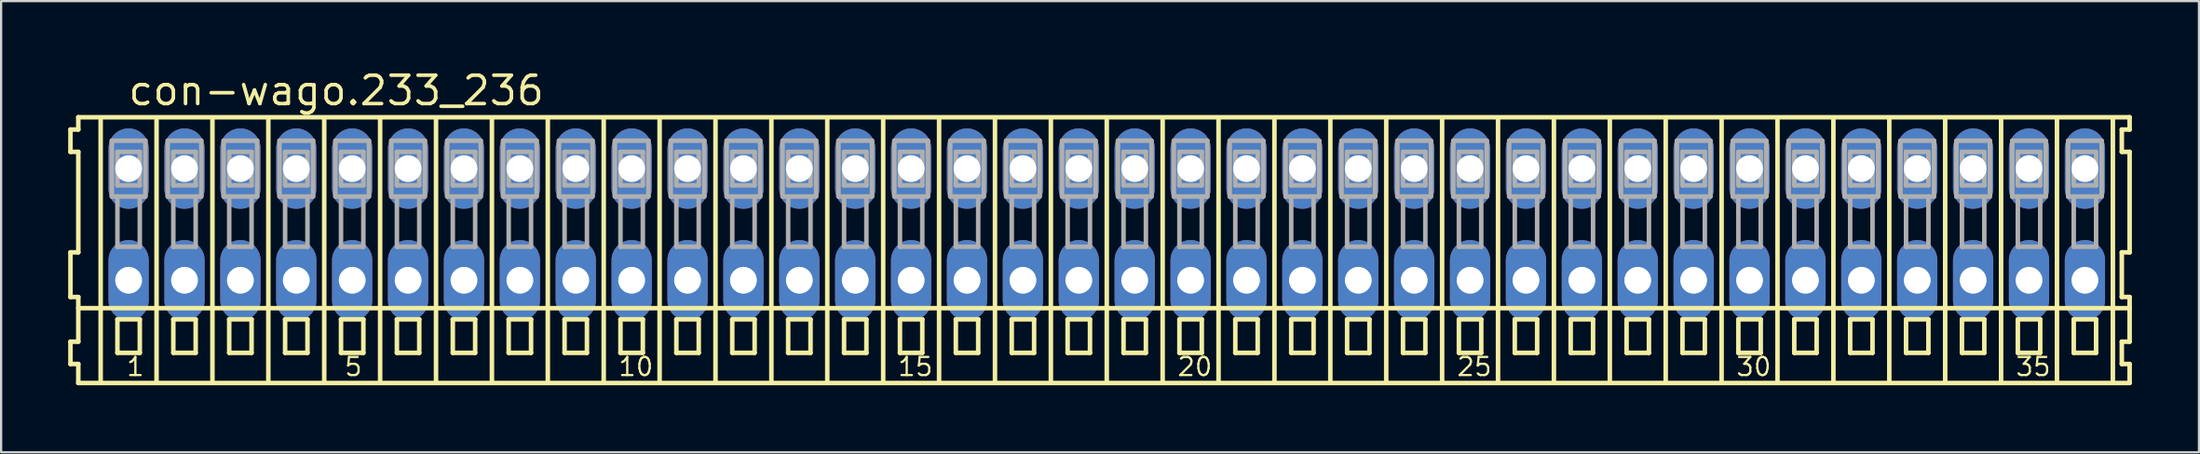
<source format=kicad_pcb>
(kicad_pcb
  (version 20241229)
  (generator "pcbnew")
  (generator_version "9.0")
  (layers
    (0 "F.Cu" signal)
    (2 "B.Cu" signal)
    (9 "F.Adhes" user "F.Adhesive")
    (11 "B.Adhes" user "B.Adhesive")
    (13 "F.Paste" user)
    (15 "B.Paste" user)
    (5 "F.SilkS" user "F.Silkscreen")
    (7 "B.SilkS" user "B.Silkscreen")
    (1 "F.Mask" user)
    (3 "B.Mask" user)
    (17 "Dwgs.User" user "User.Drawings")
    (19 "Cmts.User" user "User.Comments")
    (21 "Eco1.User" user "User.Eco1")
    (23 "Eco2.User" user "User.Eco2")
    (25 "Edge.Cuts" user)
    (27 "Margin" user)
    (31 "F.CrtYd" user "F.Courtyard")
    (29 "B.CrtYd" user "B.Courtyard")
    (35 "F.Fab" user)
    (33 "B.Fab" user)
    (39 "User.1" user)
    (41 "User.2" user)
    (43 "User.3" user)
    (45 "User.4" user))
  (footprint "con-wago.233_236"
    (layer "F.Cu")
    (at 46.452 7)
    (property "Reference" "con-wago.233_236" (at -43.85 -5.25 0) (layer "F.SilkS") (effects (font (size 1.27 1.27) (thickness 0.16)) (justify left bottom)))
    (attr through_hole)
    (fp_line (start -46.35 -4.25) (end -46.35 -3.25) (stroke (width 0.203) (type default)) (layer "F.SilkS"))
    (fp_line (start -46.35 -3.25) (end -46 -3.25) (stroke (width 0.203) (type default)) (layer "F.SilkS"))
    (fp_line (start -46.35 1.25) (end -46.35 3.25) (stroke (width 0.203) (type default)) (layer "F.SilkS"))
    (fp_line (start -46.35 3.25) (end -46 3.25) (stroke (width 0.203) (type default)) (layer "F.SilkS"))
    (fp_line (start -46.35 5.25) (end -46.35 6.25) (stroke (width 0.203) (type default)) (layer "F.SilkS"))
    (fp_line (start -46.35 6.25) (end -46 6.25) (stroke (width 0.203) (type default)) (layer "F.SilkS"))
    (fp_line (start -46 -4.8) (end -46 -4.25) (stroke (width 0.203) (type default)) (layer "F.SilkS"))
    (fp_line (start -46 -4.25) (end -46.35 -4.25) (stroke (width 0.203) (type default)) (layer "F.SilkS"))
    (fp_line (start -46 -3.25) (end -46 1.25) (stroke (width 0.203) (type default)) (layer "F.SilkS"))
    (fp_line (start -46 1.25) (end -46.35 1.25) (stroke (width 0.203) (type default)) (layer "F.SilkS"))
    (fp_line (start -46 3.25) (end -46 5.25) (stroke (width 0.203) (type default)) (layer "F.SilkS"))
    (fp_line (start -46 3.75) (end 45.75 3.75) (stroke (width 0.203) (type default)) (layer "F.SilkS"))
    (fp_line (start -46 5.25) (end -46.35 5.25) (stroke (width 0.203) (type default)) (layer "F.SilkS"))
    (fp_line (start -46 6.25) (end -46 7.1) (stroke (width 0.203) (type default)) (layer "F.SilkS"))
    (fp_line (start -46 7.1) (end 45.75 7.1) (stroke (width 0.203) (type default)) (layer "F.SilkS"))
    (fp_line (start -45 -4.75) (end -45 7) (stroke (width 0.203) (type default)) (layer "F.SilkS"))
    (fp_line (start -44.25 4.25) (end -44.25 5.75) (stroke (width 0.203) (type default)) (layer "F.SilkS"))
    (fp_line (start -44.25 5.75) (end -43.25 5.75) (stroke (width 0.203) (type default)) (layer "F.SilkS"))
    (fp_line (start -43.25 4.25) (end -44.25 4.25) (stroke (width 0.203) (type default)) (layer "F.SilkS"))
    (fp_line (start -43.25 5.75) (end -43.25 4.25) (stroke (width 0.203) (type default)) (layer "F.SilkS"))
    (fp_line (start -42.5 -4.75) (end -42.5 7) (stroke (width 0.203) (type default)) (layer "F.SilkS"))
    (fp_line (start -41.75 4.25) (end -41.75 5.75) (stroke (width 0.203) (type default)) (layer "F.SilkS"))
    (fp_line (start -41.75 5.75) (end -40.75 5.75) (stroke (width 0.203) (type default)) (layer "F.SilkS"))
    (fp_line (start -40.75 4.25) (end -41.75 4.25) (stroke (width 0.203) (type default)) (layer "F.SilkS"))
    (fp_line (start -40.75 5.75) (end -40.75 4.25) (stroke (width 0.203) (type default)) (layer "F.SilkS"))
    (fp_line (start -40 -4.75) (end -40 7) (stroke (width 0.203) (type default)) (layer "F.SilkS"))
    (fp_line (start -39.25 4.25) (end -39.25 5.75) (stroke (width 0.203) (type default)) (layer "F.SilkS"))
    (fp_line (start -39.25 5.75) (end -38.25 5.75) (stroke (width 0.203) (type default)) (layer "F.SilkS"))
    (fp_line (start -38.25 4.25) (end -39.25 4.25) (stroke (width 0.203) (type default)) (layer "F.SilkS"))
    (fp_line (start -38.25 5.75) (end -38.25 4.25) (stroke (width 0.203) (type default)) (layer "F.SilkS"))
    (fp_line (start -37.5 -4.75) (end -37.5 7) (stroke (width 0.203) (type default)) (layer "F.SilkS"))
    (fp_line (start -36.75 4.25) (end -36.75 5.75) (stroke (width 0.203) (type default)) (layer "F.SilkS"))
    (fp_line (start -36.75 5.75) (end -35.75 5.75) (stroke (width 0.203) (type default)) (layer "F.SilkS"))
    (fp_line (start -35.75 4.25) (end -36.75 4.25) (stroke (width 0.203) (type default)) (layer "F.SilkS"))
    (fp_line (start -35.75 5.75) (end -35.75 4.25) (stroke (width 0.203) (type default)) (layer "F.SilkS"))
    (fp_line (start -35 -4.75) (end -35 7) (stroke (width 0.203) (type default)) (layer "F.SilkS"))
    (fp_line (start -34.25 4.25) (end -34.25 5.75) (stroke (width 0.203) (type default)) (layer "F.SilkS"))
    (fp_line (start -34.25 5.75) (end -33.25 5.75) (stroke (width 0.203) (type default)) (layer "F.SilkS"))
    (fp_line (start -33.25 4.25) (end -34.25 4.25) (stroke (width 0.203) (type default)) (layer "F.SilkS"))
    (fp_line (start -33.25 5.75) (end -33.25 4.25) (stroke (width 0.203) (type default)) (layer "F.SilkS"))
    (fp_line (start -32.5 -4.75) (end -32.5 7) (stroke (width 0.203) (type default)) (layer "F.SilkS"))
    (fp_line (start -31.75 4.25) (end -31.75 5.75) (stroke (width 0.203) (type default)) (layer "F.SilkS"))
    (fp_line (start -31.75 5.75) (end -30.75 5.75) (stroke (width 0.203) (type default)) (layer "F.SilkS"))
    (fp_line (start -30.75 4.25) (end -31.75 4.25) (stroke (width 0.203) (type default)) (layer "F.SilkS"))
    (fp_line (start -30.75 5.75) (end -30.75 4.25) (stroke (width 0.203) (type default)) (layer "F.SilkS"))
    (fp_line (start -30 -4.75) (end -30 7) (stroke (width 0.203) (type default)) (layer "F.SilkS"))
    (fp_line (start -29.25 4.25) (end -29.25 5.75) (stroke (width 0.203) (type default)) (layer "F.SilkS"))
    (fp_line (start -29.25 5.75) (end -28.25 5.75) (stroke (width 0.203) (type default)) (layer "F.SilkS"))
    (fp_line (start -28.25 4.25) (end -29.25 4.25) (stroke (width 0.203) (type default)) (layer "F.SilkS"))
    (fp_line (start -28.25 5.75) (end -28.25 4.25) (stroke (width 0.203) (type default)) (layer "F.SilkS"))
    (fp_line (start -27.5 -4.75) (end -27.5 7) (stroke (width 0.203) (type default)) (layer "F.SilkS"))
    (fp_line (start -26.75 4.25) (end -26.75 5.75) (stroke (width 0.203) (type default)) (layer "F.SilkS"))
    (fp_line (start -26.75 5.75) (end -25.75 5.75) (stroke (width 0.203) (type default)) (layer "F.SilkS"))
    (fp_line (start -25.75 4.25) (end -26.75 4.25) (stroke (width 0.203) (type default)) (layer "F.SilkS"))
    (fp_line (start -25.75 5.75) (end -25.75 4.25) (stroke (width 0.203) (type default)) (layer "F.SilkS"))
    (fp_line (start -25 -4.75) (end -25 7) (stroke (width 0.203) (type default)) (layer "F.SilkS"))
    (fp_line (start -24.25 4.25) (end -24.25 5.75) (stroke (width 0.203) (type default)) (layer "F.SilkS"))
    (fp_line (start -24.25 5.75) (end -23.25 5.75) (stroke (width 0.203) (type default)) (layer "F.SilkS"))
    (fp_line (start -23.25 4.25) (end -24.25 4.25) (stroke (width 0.203) (type default)) (layer "F.SilkS"))
    (fp_line (start -23.25 5.75) (end -23.25 4.25) (stroke (width 0.203) (type default)) (layer "F.SilkS"))
    (fp_line (start -22.5 -4.75) (end -22.5 7) (stroke (width 0.203) (type default)) (layer "F.SilkS"))
    (fp_line (start -21.75 4.25) (end -21.75 5.75) (stroke (width 0.203) (type default)) (layer "F.SilkS"))
    (fp_line (start -21.75 5.75) (end -20.75 5.75) (stroke (width 0.203) (type default)) (layer "F.SilkS"))
    (fp_line (start -20.75 4.25) (end -21.75 4.25) (stroke (width 0.203) (type default)) (layer "F.SilkS"))
    (fp_line (start -20.75 5.75) (end -20.75 4.25) (stroke (width 0.203) (type default)) (layer "F.SilkS"))
    (fp_line (start -20 -4.75) (end -20 7) (stroke (width 0.203) (type default)) (layer "F.SilkS"))
    (fp_line (start -19.25 4.25) (end -19.25 5.75) (stroke (width 0.203) (type default)) (layer "F.SilkS"))
    (fp_line (start -19.25 5.75) (end -18.25 5.75) (stroke (width 0.203) (type default)) (layer "F.SilkS"))
    (fp_line (start -18.25 4.25) (end -19.25 4.25) (stroke (width 0.203) (type default)) (layer "F.SilkS"))
    (fp_line (start -18.25 5.75) (end -18.25 4.25) (stroke (width 0.203) (type default)) (layer "F.SilkS"))
    (fp_line (start -17.5 -4.75) (end -17.5 7) (stroke (width 0.203) (type default)) (layer "F.SilkS"))
    (fp_line (start -16.75 4.25) (end -16.75 5.75) (stroke (width 0.203) (type default)) (layer "F.SilkS"))
    (fp_line (start -16.75 5.75) (end -15.75 5.75) (stroke (width 0.203) (type default)) (layer "F.SilkS"))
    (fp_line (start -15.75 4.25) (end -16.75 4.25) (stroke (width 0.203) (type default)) (layer "F.SilkS"))
    (fp_line (start -15.75 5.75) (end -15.75 4.25) (stroke (width 0.203) (type default)) (layer "F.SilkS"))
    (fp_line (start -15 -4.75) (end -15 7) (stroke (width 0.203) (type default)) (layer "F.SilkS"))
    (fp_line (start -14.25 4.25) (end -14.25 5.75) (stroke (width 0.203) (type default)) (layer "F.SilkS"))
    (fp_line (start -14.25 5.75) (end -13.25 5.75) (stroke (width 0.203) (type default)) (layer "F.SilkS"))
    (fp_line (start -13.25 4.25) (end -14.25 4.25) (stroke (width 0.203) (type default)) (layer "F.SilkS"))
    (fp_line (start -13.25 5.75) (end -13.25 4.25) (stroke (width 0.203) (type default)) (layer "F.SilkS"))
    (fp_line (start -12.5 -4.75) (end -12.5 7) (stroke (width 0.203) (type default)) (layer "F.SilkS"))
    (fp_line (start -11.75 4.25) (end -11.75 5.75) (stroke (width 0.203) (type default)) (layer "F.SilkS"))
    (fp_line (start -11.75 5.75) (end -10.75 5.75) (stroke (width 0.203) (type default)) (layer "F.SilkS"))
    (fp_line (start -10.75 4.25) (end -11.75 4.25) (stroke (width 0.203) (type default)) (layer "F.SilkS"))
    (fp_line (start -10.75 5.75) (end -10.75 4.25) (stroke (width 0.203) (type default)) (layer "F.SilkS"))
    (fp_line (start -10 -4.75) (end -10 7) (stroke (width 0.203) (type default)) (layer "F.SilkS"))
    (fp_line (start -9.25 4.25) (end -9.25 5.75) (stroke (width 0.203) (type default)) (layer "F.SilkS"))
    (fp_line (start -9.25 5.75) (end -8.25 5.75) (stroke (width 0.203) (type default)) (layer "F.SilkS"))
    (fp_line (start -8.25 4.25) (end -9.25 4.25) (stroke (width 0.203) (type default)) (layer "F.SilkS"))
    (fp_line (start -8.25 5.75) (end -8.25 4.25) (stroke (width 0.203) (type default)) (layer "F.SilkS"))
    (fp_line (start -7.5 -4.75) (end -7.5 7) (stroke (width 0.203) (type default)) (layer "F.SilkS"))
    (fp_line (start -6.75 4.25) (end -6.75 5.75) (stroke (width 0.203) (type default)) (layer "F.SilkS"))
    (fp_line (start -6.75 5.75) (end -5.75 5.75) (stroke (width 0.203) (type default)) (layer "F.SilkS"))
    (fp_line (start -5.75 4.25) (end -6.75 4.25) (stroke (width 0.203) (type default)) (layer "F.SilkS"))
    (fp_line (start -5.75 5.75) (end -5.75 4.25) (stroke (width 0.203) (type default)) (layer "F.SilkS"))
    (fp_line (start -5 -4.75) (end -5 7) (stroke (width 0.203) (type default)) (layer "F.SilkS"))
    (fp_line (start -4.25 4.25) (end -4.25 5.75) (stroke (width 0.203) (type default)) (layer "F.SilkS"))
    (fp_line (start -4.25 5.75) (end -3.25 5.75) (stroke (width 0.203) (type default)) (layer "F.SilkS"))
    (fp_line (start -3.25 4.25) (end -4.25 4.25) (stroke (width 0.203) (type default)) (layer "F.SilkS"))
    (fp_line (start -3.25 5.75) (end -3.25 4.25) (stroke (width 0.203) (type default)) (layer "F.SilkS"))
    (fp_line (start -2.5 -4.75) (end -2.5 7) (stroke (width 0.203) (type default)) (layer "F.SilkS"))
    (fp_line (start -1.75 4.25) (end -1.75 5.75) (stroke (width 0.203) (type default)) (layer "F.SilkS"))
    (fp_line (start -1.75 5.75) (end -0.75 5.75) (stroke (width 0.203) (type default)) (layer "F.SilkS"))
    (fp_line (start -0.75 4.25) (end -1.75 4.25) (stroke (width 0.203) (type default)) (layer "F.SilkS"))
    (fp_line (start -0.75 5.75) (end -0.75 4.25) (stroke (width 0.203) (type default)) (layer "F.SilkS"))
    (fp_line (start 0 -4.75) (end 0 7) (stroke (width 0.203) (type default)) (layer "F.SilkS"))
    (fp_line (start 0.75 4.25) (end 0.75 5.75) (stroke (width 0.203) (type default)) (layer "F.SilkS"))
    (fp_line (start 0.75 5.75) (end 1.75 5.75) (stroke (width 0.203) (type default)) (layer "F.SilkS"))
    (fp_line (start 1.75 4.25) (end 0.75 4.25) (stroke (width 0.203) (type default)) (layer "F.SilkS"))
    (fp_line (start 1.75 5.75) (end 1.75 4.25) (stroke (width 0.203) (type default)) (layer "F.SilkS"))
    (fp_line (start 2.5 -4.75) (end 2.5 7) (stroke (width 0.203) (type default)) (layer "F.SilkS"))
    (fp_line (start 3.25 4.25) (end 3.25 5.75) (stroke (width 0.203) (type default)) (layer "F.SilkS"))
    (fp_line (start 3.25 5.75) (end 4.25 5.75) (stroke (width 0.203) (type default)) (layer "F.SilkS"))
    (fp_line (start 4.25 4.25) (end 3.25 4.25) (stroke (width 0.203) (type default)) (layer "F.SilkS"))
    (fp_line (start 4.25 5.75) (end 4.25 4.25) (stroke (width 0.203) (type default)) (layer "F.SilkS"))
    (fp_line (start 5 -4.75) (end 5 7) (stroke (width 0.203) (type default)) (layer "F.SilkS"))
    (fp_line (start 5.75 4.25) (end 5.75 5.75) (stroke (width 0.203) (type default)) (layer "F.SilkS"))
    (fp_line (start 5.75 5.75) (end 6.75 5.75) (stroke (width 0.203) (type default)) (layer "F.SilkS"))
    (fp_line (start 6.75 4.25) (end 5.75 4.25) (stroke (width 0.203) (type default)) (layer "F.SilkS"))
    (fp_line (start 6.75 5.75) (end 6.75 4.25) (stroke (width 0.203) (type default)) (layer "F.SilkS"))
    (fp_line (start 7.5 -4.75) (end 7.5 7) (stroke (width 0.203) (type default)) (layer "F.SilkS"))
    (fp_line (start 8.25 4.25) (end 8.25 5.75) (stroke (width 0.203) (type default)) (layer "F.SilkS"))
    (fp_line (start 8.25 5.75) (end 9.25 5.75) (stroke (width 0.203) (type default)) (layer "F.SilkS"))
    (fp_line (start 9.25 4.25) (end 8.25 4.25) (stroke (width 0.203) (type default)) (layer "F.SilkS"))
    (fp_line (start 9.25 5.75) (end 9.25 4.25) (stroke (width 0.203) (type default)) (layer "F.SilkS"))
    (fp_line (start 10 -4.75) (end 10 7) (stroke (width 0.203) (type default)) (layer "F.SilkS"))
    (fp_line (start 10.75 4.25) (end 10.75 5.75) (stroke (width 0.203) (type default)) (layer "F.SilkS"))
    (fp_line (start 10.75 5.75) (end 11.75 5.75) (stroke (width 0.203) (type default)) (layer "F.SilkS"))
    (fp_line (start 11.75 4.25) (end 10.75 4.25) (stroke (width 0.203) (type default)) (layer "F.SilkS"))
    (fp_line (start 11.75 5.75) (end 11.75 4.25) (stroke (width 0.203) (type default)) (layer "F.SilkS"))
    (fp_line (start 12.5 -4.75) (end 12.5 7) (stroke (width 0.203) (type default)) (layer "F.SilkS"))
    (fp_line (start 13.25 4.25) (end 13.25 5.75) (stroke (width 0.203) (type default)) (layer "F.SilkS"))
    (fp_line (start 13.25 5.75) (end 14.25 5.75) (stroke (width 0.203) (type default)) (layer "F.SilkS"))
    (fp_line (start 14.25 4.25) (end 13.25 4.25) (stroke (width 0.203) (type default)) (layer "F.SilkS"))
    (fp_line (start 14.25 5.75) (end 14.25 4.25) (stroke (width 0.203) (type default)) (layer "F.SilkS"))
    (fp_line (start 15 -4.75) (end 15 7) (stroke (width 0.203) (type default)) (layer "F.SilkS"))
    (fp_line (start 15.75 4.25) (end 15.75 5.75) (stroke (width 0.203) (type default)) (layer "F.SilkS"))
    (fp_line (start 15.75 5.75) (end 16.75 5.75) (stroke (width 0.203) (type default)) (layer "F.SilkS"))
    (fp_line (start 16.75 4.25) (end 15.75 4.25) (stroke (width 0.203) (type default)) (layer "F.SilkS"))
    (fp_line (start 16.75 5.75) (end 16.75 4.25) (stroke (width 0.203) (type default)) (layer "F.SilkS"))
    (fp_line (start 17.5 -4.75) (end 17.5 7) (stroke (width 0.203) (type default)) (layer "F.SilkS"))
    (fp_line (start 18.25 4.25) (end 18.25 5.75) (stroke (width 0.203) (type default)) (layer "F.SilkS"))
    (fp_line (start 18.25 5.75) (end 19.25 5.75) (stroke (width 0.203) (type default)) (layer "F.SilkS"))
    (fp_line (start 19.25 4.25) (end 18.25 4.25) (stroke (width 0.203) (type default)) (layer "F.SilkS"))
    (fp_line (start 19.25 5.75) (end 19.25 4.25) (stroke (width 0.203) (type default)) (layer "F.SilkS"))
    (fp_line (start 20 -4.75) (end 20 7) (stroke (width 0.203) (type default)) (layer "F.SilkS"))
    (fp_line (start 20.75 4.25) (end 20.75 5.75) (stroke (width 0.203) (type default)) (layer "F.SilkS"))
    (fp_line (start 20.75 5.75) (end 21.75 5.75) (stroke (width 0.203) (type default)) (layer "F.SilkS"))
    (fp_line (start 21.75 4.25) (end 20.75 4.25) (stroke (width 0.203) (type default)) (layer "F.SilkS"))
    (fp_line (start 21.75 5.75) (end 21.75 4.25) (stroke (width 0.203) (type default)) (layer "F.SilkS"))
    (fp_line (start 22.5 -4.75) (end 22.5 7) (stroke (width 0.203) (type default)) (layer "F.SilkS"))
    (fp_line (start 23.25 4.25) (end 23.25 5.75) (stroke (width 0.203) (type default)) (layer "F.SilkS"))
    (fp_line (start 23.25 5.75) (end 24.25 5.75) (stroke (width 0.203) (type default)) (layer "F.SilkS"))
    (fp_line (start 24.25 4.25) (end 23.25 4.25) (stroke (width 0.203) (type default)) (layer "F.SilkS"))
    (fp_line (start 24.25 5.75) (end 24.25 4.25) (stroke (width 0.203) (type default)) (layer "F.SilkS"))
    (fp_line (start 25 -4.75) (end 25 7) (stroke (width 0.203) (type default)) (layer "F.SilkS"))
    (fp_line (start 25.75 4.25) (end 25.75 5.75) (stroke (width 0.203) (type default)) (layer "F.SilkS"))
    (fp_line (start 25.75 5.75) (end 26.75 5.75) (stroke (width 0.203) (type default)) (layer "F.SilkS"))
    (fp_line (start 26.75 4.25) (end 25.75 4.25) (stroke (width 0.203) (type default)) (layer "F.SilkS"))
    (fp_line (start 26.75 5.75) (end 26.75 4.25) (stroke (width 0.203) (type default)) (layer "F.SilkS"))
    (fp_line (start 27.5 -4.75) (end 27.5 7) (stroke (width 0.203) (type default)) (layer "F.SilkS"))
    (fp_line (start 28.25 4.25) (end 28.25 5.75) (stroke (width 0.203) (type default)) (layer "F.SilkS"))
    (fp_line (start 28.25 5.75) (end 29.25 5.75) (stroke (width 0.203) (type default)) (layer "F.SilkS"))
    (fp_line (start 29.25 4.25) (end 28.25 4.25) (stroke (width 0.203) (type default)) (layer "F.SilkS"))
    (fp_line (start 29.25 5.75) (end 29.25 4.25) (stroke (width 0.203) (type default)) (layer "F.SilkS"))
    (fp_line (start 30 -4.75) (end 30 7) (stroke (width 0.203) (type default)) (layer "F.SilkS"))
    (fp_line (start 30.75 4.25) (end 30.75 5.75) (stroke (width 0.203) (type default)) (layer "F.SilkS"))
    (fp_line (start 30.75 5.75) (end 31.75 5.75) (stroke (width 0.203) (type default)) (layer "F.SilkS"))
    (fp_line (start 31.75 4.25) (end 30.75 4.25) (stroke (width 0.203) (type default)) (layer "F.SilkS"))
    (fp_line (start 31.75 5.75) (end 31.75 4.25) (stroke (width 0.203) (type default)) (layer "F.SilkS"))
    (fp_line (start 32.5 -4.75) (end 32.5 7) (stroke (width 0.203) (type default)) (layer "F.SilkS"))
    (fp_line (start 33.25 4.25) (end 33.25 5.75) (stroke (width 0.203) (type default)) (layer "F.SilkS"))
    (fp_line (start 33.25 5.75) (end 34.25 5.75) (stroke (width 0.203) (type default)) (layer "F.SilkS"))
    (fp_line (start 34.25 4.25) (end 33.25 4.25) (stroke (width 0.203) (type default)) (layer "F.SilkS"))
    (fp_line (start 34.25 5.75) (end 34.25 4.25) (stroke (width 0.203) (type default)) (layer "F.SilkS"))
    (fp_line (start 35 -4.75) (end 35 7) (stroke (width 0.203) (type default)) (layer "F.SilkS"))
    (fp_line (start 35.75 4.25) (end 35.75 5.75) (stroke (width 0.203) (type default)) (layer "F.SilkS"))
    (fp_line (start 35.75 5.75) (end 36.75 5.75) (stroke (width 0.203) (type default)) (layer "F.SilkS"))
    (fp_line (start 36.75 4.25) (end 35.75 4.25) (stroke (width 0.203) (type default)) (layer "F.SilkS"))
    (fp_line (start 36.75 5.75) (end 36.75 4.25) (stroke (width 0.203) (type default)) (layer "F.SilkS"))
    (fp_line (start 37.5 -4.75) (end 37.5 7) (stroke (width 0.203) (type default)) (layer "F.SilkS"))
    (fp_line (start 38.25 4.25) (end 38.25 5.75) (stroke (width 0.203) (type default)) (layer "F.SilkS"))
    (fp_line (start 38.25 5.75) (end 39.25 5.75) (stroke (width 0.203) (type default)) (layer "F.SilkS"))
    (fp_line (start 39.25 4.25) (end 38.25 4.25) (stroke (width 0.203) (type default)) (layer "F.SilkS"))
    (fp_line (start 39.25 5.75) (end 39.25 4.25) (stroke (width 0.203) (type default)) (layer "F.SilkS"))
    (fp_line (start 40 -4.75) (end 40 7) (stroke (width 0.203) (type default)) (layer "F.SilkS"))
    (fp_line (start 40.75 4.25) (end 40.75 5.75) (stroke (width 0.203) (type default)) (layer "F.SilkS"))
    (fp_line (start 40.75 5.75) (end 41.75 5.75) (stroke (width 0.203) (type default)) (layer "F.SilkS"))
    (fp_line (start 41.75 4.25) (end 40.75 4.25) (stroke (width 0.203) (type default)) (layer "F.SilkS"))
    (fp_line (start 41.75 5.75) (end 41.75 4.25) (stroke (width 0.203) (type default)) (layer "F.SilkS"))
    (fp_line (start 42.5 -4.75) (end 42.5 7) (stroke (width 0.203) (type default)) (layer "F.SilkS"))
    (fp_line (start 43.25 4.25) (end 43.25 5.75) (stroke (width 0.203) (type default)) (layer "F.SilkS"))
    (fp_line (start 43.25 5.75) (end 44.25 5.75) (stroke (width 0.203) (type default)) (layer "F.SilkS"))
    (fp_line (start 44.25 4.25) (end 43.25 4.25) (stroke (width 0.203) (type default)) (layer "F.SilkS"))
    (fp_line (start 44.25 5.75) (end 44.25 4.25) (stroke (width 0.203) (type default)) (layer "F.SilkS"))
    (fp_line (start 45 -4.75) (end 45 7) (stroke (width 0.203) (type default)) (layer "F.SilkS"))
    (fp_line (start 45.4 -4.25) (end 45.4 -3.25) (stroke (width 0.203) (type default)) (layer "F.SilkS"))
    (fp_line (start 45.4 -3.25) (end 45.75 -3.25) (stroke (width 0.203) (type default)) (layer "F.SilkS"))
    (fp_line (start 45.4 1.25) (end 45.4 3.25) (stroke (width 0.203) (type default)) (layer "F.SilkS"))
    (fp_line (start 45.4 3.25) (end 45.75 3.25) (stroke (width 0.203) (type default)) (layer "F.SilkS"))
    (fp_line (start 45.4 5.25) (end 45.4 6.25) (stroke (width 0.203) (type default)) (layer "F.SilkS"))
    (fp_line (start 45.4 6.25) (end 45.75 6.25) (stroke (width 0.203) (type default)) (layer "F.SilkS"))
    (fp_line (start 45.75 -4.8) (end -46 -4.8) (stroke (width 0.203) (type default)) (layer "F.SilkS"))
    (fp_line (start 45.75 -4.25) (end 45.4 -4.25) (stroke (width 0.203) (type default)) (layer "F.SilkS"))
    (fp_line (start 45.75 -4.25) (end 45.75 -4.8) (stroke (width 0.203) (type default)) (layer "F.SilkS"))
    (fp_line (start 45.75 1.25) (end 45.4 1.25) (stroke (width 0.203) (type default)) (layer "F.SilkS"))
    (fp_line (start 45.75 1.25) (end 45.75 -3.25) (stroke (width 0.203) (type default)) (layer "F.SilkS"))
    (fp_line (start 45.75 3.75) (end 45.75 3.25) (stroke (width 0.203) (type default)) (layer "F.SilkS"))
    (fp_line (start 45.75 5.25) (end 45.4 5.25) (stroke (width 0.203) (type default)) (layer "F.SilkS"))
    (fp_line (start 45.75 5.25) (end 45.75 3.75) (stroke (width 0.203) (type default)) (layer "F.SilkS"))
    (fp_line (start 45.75 7.1) (end 45.75 6.25) (stroke (width 0.203) (type default)) (layer "F.SilkS"))
    (fp_line (start -44.5 -3.75) (end -44.5 -1.25) (stroke (width 0.203) (type default)) (layer "F.Fab"))
    (fp_line (start -44.5 -1.25) (end -44.25 -1.25) (stroke (width 0.203) (type default)) (layer "F.Fab"))
    (fp_line (start -44.25 -3.25) (end -44.25 -1.75) (stroke (width 0.203) (type default)) (layer "F.Fab"))
    (fp_line (start -44.25 -1.75) (end -43.25 -1.75) (stroke (width 0.203) (type default)) (layer "F.Fab"))
    (fp_line (start -44.25 -1.25) (end -44.25 1) (stroke (width 0.203) (type default)) (layer "F.Fab"))
    (fp_line (start -44.25 -1.25) (end -43.25 -1.25) (stroke (width 0.203) (type default)) (layer "F.Fab"))
    (fp_line (start -44.25 1) (end -43.25 1) (stroke (width 0.203) (type default)) (layer "F.Fab"))
    (fp_line (start -43.25 -3.25) (end -44.25 -3.25) (stroke (width 0.203) (type default)) (layer "F.Fab"))
    (fp_line (start -43.25 -1.75) (end -43.25 -3.25) (stroke (width 0.203) (type default)) (layer "F.Fab"))
    (fp_line (start -43.25 -1.25) (end -43 -1.25) (stroke (width 0.203) (type default)) (layer "F.Fab"))
    (fp_line (start -43.25 1) (end -43.25 -1.25) (stroke (width 0.203) (type default)) (layer "F.Fab"))
    (fp_line (start -43 -3.75) (end -44.5 -3.75) (stroke (width 0.203) (type default)) (layer "F.Fab"))
    (fp_line (start -43 -1.25) (end -43 -3.75) (stroke (width 0.203) (type default)) (layer "F.Fab"))
    (fp_line (start -42 -3.75) (end -42 -1.25) (stroke (width 0.203) (type default)) (layer "F.Fab"))
    (fp_line (start -42 -1.25) (end -41.75 -1.25) (stroke (width 0.203) (type default)) (layer "F.Fab"))
    (fp_line (start -41.75 -3.25) (end -41.75 -1.75) (stroke (width 0.203) (type default)) (layer "F.Fab"))
    (fp_line (start -41.75 -1.75) (end -40.75 -1.75) (stroke (width 0.203) (type default)) (layer "F.Fab"))
    (fp_line (start -41.75 -1.25) (end -41.75 1) (stroke (width 0.203) (type default)) (layer "F.Fab"))
    (fp_line (start -41.75 -1.25) (end -40.75 -1.25) (stroke (width 0.203) (type default)) (layer "F.Fab"))
    (fp_line (start -41.75 1) (end -40.75 1) (stroke (width 0.203) (type default)) (layer "F.Fab"))
    (fp_line (start -40.75 -3.25) (end -41.75 -3.25) (stroke (width 0.203) (type default)) (layer "F.Fab"))
    (fp_line (start -40.75 -1.75) (end -40.75 -3.25) (stroke (width 0.203) (type default)) (layer "F.Fab"))
    (fp_line (start -40.75 -1.25) (end -40.5 -1.25) (stroke (width 0.203) (type default)) (layer "F.Fab"))
    (fp_line (start -40.75 1) (end -40.75 -1.25) (stroke (width 0.203) (type default)) (layer "F.Fab"))
    (fp_line (start -40.5 -3.75) (end -42 -3.75) (stroke (width 0.203) (type default)) (layer "F.Fab"))
    (fp_line (start -40.5 -1.25) (end -40.5 -3.75) (stroke (width 0.203) (type default)) (layer "F.Fab"))
    (fp_line (start -39.5 -3.75) (end -39.5 -1.25) (stroke (width 0.203) (type default)) (layer "F.Fab"))
    (fp_line (start -39.5 -1.25) (end -39.25 -1.25) (stroke (width 0.203) (type default)) (layer "F.Fab"))
    (fp_line (start -39.25 -3.25) (end -39.25 -1.75) (stroke (width 0.203) (type default)) (layer "F.Fab"))
    (fp_line (start -39.25 -1.75) (end -38.25 -1.75) (stroke (width 0.203) (type default)) (layer "F.Fab"))
    (fp_line (start -39.25 -1.25) (end -39.25 1) (stroke (width 0.203) (type default)) (layer "F.Fab"))
    (fp_line (start -39.25 -1.25) (end -38.25 -1.25) (stroke (width 0.203) (type default)) (layer "F.Fab"))
    (fp_line (start -39.25 1) (end -38.25 1) (stroke (width 0.203) (type default)) (layer "F.Fab"))
    (fp_line (start -38.25 -3.25) (end -39.25 -3.25) (stroke (width 0.203) (type default)) (layer "F.Fab"))
    (fp_line (start -38.25 -1.75) (end -38.25 -3.25) (stroke (width 0.203) (type default)) (layer "F.Fab"))
    (fp_line (start -38.25 -1.25) (end -38 -1.25) (stroke (width 0.203) (type default)) (layer "F.Fab"))
    (fp_line (start -38.25 1) (end -38.25 -1.25) (stroke (width 0.203) (type default)) (layer "F.Fab"))
    (fp_line (start -38 -3.75) (end -39.5 -3.75) (stroke (width 0.203) (type default)) (layer "F.Fab"))
    (fp_line (start -38 -1.25) (end -38 -3.75) (stroke (width 0.203) (type default)) (layer "F.Fab"))
    (fp_line (start -37 -3.75) (end -37 -1.25) (stroke (width 0.203) (type default)) (layer "F.Fab"))
    (fp_line (start -37 -1.25) (end -36.75 -1.25) (stroke (width 0.203) (type default)) (layer "F.Fab"))
    (fp_line (start -36.75 -3.25) (end -36.75 -1.75) (stroke (width 0.203) (type default)) (layer "F.Fab"))
    (fp_line (start -36.75 -1.75) (end -35.75 -1.75) (stroke (width 0.203) (type default)) (layer "F.Fab"))
    (fp_line (start -36.75 -1.25) (end -36.75 1) (stroke (width 0.203) (type default)) (layer "F.Fab"))
    (fp_line (start -36.75 -1.25) (end -35.75 -1.25) (stroke (width 0.203) (type default)) (layer "F.Fab"))
    (fp_line (start -36.75 1) (end -35.75 1) (stroke (width 0.203) (type default)) (layer "F.Fab"))
    (fp_line (start -35.75 -3.25) (end -36.75 -3.25) (stroke (width 0.203) (type default)) (layer "F.Fab"))
    (fp_line (start -35.75 -1.75) (end -35.75 -3.25) (stroke (width 0.203) (type default)) (layer "F.Fab"))
    (fp_line (start -35.75 -1.25) (end -35.5 -1.25) (stroke (width 0.203) (type default)) (layer "F.Fab"))
    (fp_line (start -35.75 1) (end -35.75 -1.25) (stroke (width 0.203) (type default)) (layer "F.Fab"))
    (fp_line (start -35.5 -3.75) (end -37 -3.75) (stroke (width 0.203) (type default)) (layer "F.Fab"))
    (fp_line (start -35.5 -1.25) (end -35.5 -3.75) (stroke (width 0.203) (type default)) (layer "F.Fab"))
    (fp_line (start -34.5 -3.75) (end -34.5 -1.25) (stroke (width 0.203) (type default)) (layer "F.Fab"))
    (fp_line (start -34.5 -1.25) (end -34.25 -1.25) (stroke (width 0.203) (type default)) (layer "F.Fab"))
    (fp_line (start -34.25 -3.25) (end -34.25 -1.75) (stroke (width 0.203) (type default)) (layer "F.Fab"))
    (fp_line (start -34.25 -1.75) (end -33.25 -1.75) (stroke (width 0.203) (type default)) (layer "F.Fab"))
    (fp_line (start -34.25 -1.25) (end -34.25 1) (stroke (width 0.203) (type default)) (layer "F.Fab"))
    (fp_line (start -34.25 -1.25) (end -33.25 -1.25) (stroke (width 0.203) (type default)) (layer "F.Fab"))
    (fp_line (start -34.25 1) (end -33.25 1) (stroke (width 0.203) (type default)) (layer "F.Fab"))
    (fp_line (start -33.25 -3.25) (end -34.25 -3.25) (stroke (width 0.203) (type default)) (layer "F.Fab"))
    (fp_line (start -33.25 -1.75) (end -33.25 -3.25) (stroke (width 0.203) (type default)) (layer "F.Fab"))
    (fp_line (start -33.25 -1.25) (end -33 -1.25) (stroke (width 0.203) (type default)) (layer "F.Fab"))
    (fp_line (start -33.25 1) (end -33.25 -1.25) (stroke (width 0.203) (type default)) (layer "F.Fab"))
    (fp_line (start -33 -3.75) (end -34.5 -3.75) (stroke (width 0.203) (type default)) (layer "F.Fab"))
    (fp_line (start -33 -1.25) (end -33 -3.75) (stroke (width 0.203) (type default)) (layer "F.Fab"))
    (fp_line (start -32 -3.75) (end -32 -1.25) (stroke (width 0.203) (type default)) (layer "F.Fab"))
    (fp_line (start -32 -1.25) (end -31.75 -1.25) (stroke (width 0.203) (type default)) (layer "F.Fab"))
    (fp_line (start -31.75 -3.25) (end -31.75 -1.75) (stroke (width 0.203) (type default)) (layer "F.Fab"))
    (fp_line (start -31.75 -1.75) (end -30.75 -1.75) (stroke (width 0.203) (type default)) (layer "F.Fab"))
    (fp_line (start -31.75 -1.25) (end -31.75 1) (stroke (width 0.203) (type default)) (layer "F.Fab"))
    (fp_line (start -31.75 -1.25) (end -30.75 -1.25) (stroke (width 0.203) (type default)) (layer "F.Fab"))
    (fp_line (start -31.75 1) (end -30.75 1) (stroke (width 0.203) (type default)) (layer "F.Fab"))
    (fp_line (start -30.75 -3.25) (end -31.75 -3.25) (stroke (width 0.203) (type default)) (layer "F.Fab"))
    (fp_line (start -30.75 -1.75) (end -30.75 -3.25) (stroke (width 0.203) (type default)) (layer "F.Fab"))
    (fp_line (start -30.75 -1.25) (end -30.5 -1.25) (stroke (width 0.203) (type default)) (layer "F.Fab"))
    (fp_line (start -30.75 1) (end -30.75 -1.25) (stroke (width 0.203) (type default)) (layer "F.Fab"))
    (fp_line (start -30.5 -3.75) (end -32 -3.75) (stroke (width 0.203) (type default)) (layer "F.Fab"))
    (fp_line (start -30.5 -1.25) (end -30.5 -3.75) (stroke (width 0.203) (type default)) (layer "F.Fab"))
    (fp_line (start -29.5 -3.75) (end -29.5 -1.25) (stroke (width 0.203) (type default)) (layer "F.Fab"))
    (fp_line (start -29.5 -1.25) (end -29.25 -1.25) (stroke (width 0.203) (type default)) (layer "F.Fab"))
    (fp_line (start -29.25 -3.25) (end -29.25 -1.75) (stroke (width 0.203) (type default)) (layer "F.Fab"))
    (fp_line (start -29.25 -1.75) (end -28.25 -1.75) (stroke (width 0.203) (type default)) (layer "F.Fab"))
    (fp_line (start -29.25 -1.25) (end -29.25 1) (stroke (width 0.203) (type default)) (layer "F.Fab"))
    (fp_line (start -29.25 -1.25) (end -28.25 -1.25) (stroke (width 0.203) (type default)) (layer "F.Fab"))
    (fp_line (start -29.25 1) (end -28.25 1) (stroke (width 0.203) (type default)) (layer "F.Fab"))
    (fp_line (start -28.25 -3.25) (end -29.25 -3.25) (stroke (width 0.203) (type default)) (layer "F.Fab"))
    (fp_line (start -28.25 -1.75) (end -28.25 -3.25) (stroke (width 0.203) (type default)) (layer "F.Fab"))
    (fp_line (start -28.25 -1.25) (end -28 -1.25) (stroke (width 0.203) (type default)) (layer "F.Fab"))
    (fp_line (start -28.25 1) (end -28.25 -1.25) (stroke (width 0.203) (type default)) (layer "F.Fab"))
    (fp_line (start -28 -3.75) (end -29.5 -3.75) (stroke (width 0.203) (type default)) (layer "F.Fab"))
    (fp_line (start -28 -1.25) (end -28 -3.75) (stroke (width 0.203) (type default)) (layer "F.Fab"))
    (fp_line (start -27 -3.75) (end -27 -1.25) (stroke (width 0.203) (type default)) (layer "F.Fab"))
    (fp_line (start -27 -1.25) (end -26.75 -1.25) (stroke (width 0.203) (type default)) (layer "F.Fab"))
    (fp_line (start -26.75 -3.25) (end -26.75 -1.75) (stroke (width 0.203) (type default)) (layer "F.Fab"))
    (fp_line (start -26.75 -1.75) (end -25.75 -1.75) (stroke (width 0.203) (type default)) (layer "F.Fab"))
    (fp_line (start -26.75 -1.25) (end -26.75 1) (stroke (width 0.203) (type default)) (layer "F.Fab"))
    (fp_line (start -26.75 -1.25) (end -25.75 -1.25) (stroke (width 0.203) (type default)) (layer "F.Fab"))
    (fp_line (start -26.75 1) (end -25.75 1) (stroke (width 0.203) (type default)) (layer "F.Fab"))
    (fp_line (start -25.75 -3.25) (end -26.75 -3.25) (stroke (width 0.203) (type default)) (layer "F.Fab"))
    (fp_line (start -25.75 -1.75) (end -25.75 -3.25) (stroke (width 0.203) (type default)) (layer "F.Fab"))
    (fp_line (start -25.75 -1.25) (end -25.5 -1.25) (stroke (width 0.203) (type default)) (layer "F.Fab"))
    (fp_line (start -25.75 1) (end -25.75 -1.25) (stroke (width 0.203) (type default)) (layer "F.Fab"))
    (fp_line (start -25.5 -3.75) (end -27 -3.75) (stroke (width 0.203) (type default)) (layer "F.Fab"))
    (fp_line (start -25.5 -1.25) (end -25.5 -3.75) (stroke (width 0.203) (type default)) (layer "F.Fab"))
    (fp_line (start -24.5 -3.75) (end -24.5 -1.25) (stroke (width 0.203) (type default)) (layer "F.Fab"))
    (fp_line (start -24.5 -1.25) (end -24.25 -1.25) (stroke (width 0.203) (type default)) (layer "F.Fab"))
    (fp_line (start -24.25 -3.25) (end -24.25 -1.75) (stroke (width 0.203) (type default)) (layer "F.Fab"))
    (fp_line (start -24.25 -1.75) (end -23.25 -1.75) (stroke (width 0.203) (type default)) (layer "F.Fab"))
    (fp_line (start -24.25 -1.25) (end -24.25 1) (stroke (width 0.203) (type default)) (layer "F.Fab"))
    (fp_line (start -24.25 -1.25) (end -23.25 -1.25) (stroke (width 0.203) (type default)) (layer "F.Fab"))
    (fp_line (start -24.25 1) (end -23.25 1) (stroke (width 0.203) (type default)) (layer "F.Fab"))
    (fp_line (start -23.25 -3.25) (end -24.25 -3.25) (stroke (width 0.203) (type default)) (layer "F.Fab"))
    (fp_line (start -23.25 -1.75) (end -23.25 -3.25) (stroke (width 0.203) (type default)) (layer "F.Fab"))
    (fp_line (start -23.25 -1.25) (end -23 -1.25) (stroke (width 0.203) (type default)) (layer "F.Fab"))
    (fp_line (start -23.25 1) (end -23.25 -1.25) (stroke (width 0.203) (type default)) (layer "F.Fab"))
    (fp_line (start -23 -3.75) (end -24.5 -3.75) (stroke (width 0.203) (type default)) (layer "F.Fab"))
    (fp_line (start -23 -1.25) (end -23 -3.75) (stroke (width 0.203) (type default)) (layer "F.Fab"))
    (fp_line (start -22 -3.75) (end -22 -1.25) (stroke (width 0.203) (type default)) (layer "F.Fab"))
    (fp_line (start -22 -1.25) (end -21.75 -1.25) (stroke (width 0.203) (type default)) (layer "F.Fab"))
    (fp_line (start -21.75 -3.25) (end -21.75 -1.75) (stroke (width 0.203) (type default)) (layer "F.Fab"))
    (fp_line (start -21.75 -1.75) (end -20.75 -1.75) (stroke (width 0.203) (type default)) (layer "F.Fab"))
    (fp_line (start -21.75 -1.25) (end -21.75 1) (stroke (width 0.203) (type default)) (layer "F.Fab"))
    (fp_line (start -21.75 -1.25) (end -20.75 -1.25) (stroke (width 0.203) (type default)) (layer "F.Fab"))
    (fp_line (start -21.75 1) (end -20.75 1) (stroke (width 0.203) (type default)) (layer "F.Fab"))
    (fp_line (start -20.75 -3.25) (end -21.75 -3.25) (stroke (width 0.203) (type default)) (layer "F.Fab"))
    (fp_line (start -20.75 -1.75) (end -20.75 -3.25) (stroke (width 0.203) (type default)) (layer "F.Fab"))
    (fp_line (start -20.75 -1.25) (end -20.5 -1.25) (stroke (width 0.203) (type default)) (layer "F.Fab"))
    (fp_line (start -20.75 1) (end -20.75 -1.25) (stroke (width 0.203) (type default)) (layer "F.Fab"))
    (fp_line (start -20.5 -3.75) (end -22 -3.75) (stroke (width 0.203) (type default)) (layer "F.Fab"))
    (fp_line (start -20.5 -1.25) (end -20.5 -3.75) (stroke (width 0.203) (type default)) (layer "F.Fab"))
    (fp_line (start -19.5 -3.75) (end -19.5 -1.25) (stroke (width 0.203) (type default)) (layer "F.Fab"))
    (fp_line (start -19.5 -1.25) (end -19.25 -1.25) (stroke (width 0.203) (type default)) (layer "F.Fab"))
    (fp_line (start -19.25 -3.25) (end -19.25 -1.75) (stroke (width 0.203) (type default)) (layer "F.Fab"))
    (fp_line (start -19.25 -1.75) (end -18.25 -1.75) (stroke (width 0.203) (type default)) (layer "F.Fab"))
    (fp_line (start -19.25 -1.25) (end -19.25 1) (stroke (width 0.203) (type default)) (layer "F.Fab"))
    (fp_line (start -19.25 -1.25) (end -18.25 -1.25) (stroke (width 0.203) (type default)) (layer "F.Fab"))
    (fp_line (start -19.25 1) (end -18.25 1) (stroke (width 0.203) (type default)) (layer "F.Fab"))
    (fp_line (start -18.25 -3.25) (end -19.25 -3.25) (stroke (width 0.203) (type default)) (layer "F.Fab"))
    (fp_line (start -18.25 -1.75) (end -18.25 -3.25) (stroke (width 0.203) (type default)) (layer "F.Fab"))
    (fp_line (start -18.25 -1.25) (end -18 -1.25) (stroke (width 0.203) (type default)) (layer "F.Fab"))
    (fp_line (start -18.25 1) (end -18.25 -1.25) (stroke (width 0.203) (type default)) (layer "F.Fab"))
    (fp_line (start -18 -3.75) (end -19.5 -3.75) (stroke (width 0.203) (type default)) (layer "F.Fab"))
    (fp_line (start -18 -1.25) (end -18 -3.75) (stroke (width 0.203) (type default)) (layer "F.Fab"))
    (fp_line (start -17 -3.75) (end -17 -1.25) (stroke (width 0.203) (type default)) (layer "F.Fab"))
    (fp_line (start -17 -1.25) (end -16.75 -1.25) (stroke (width 0.203) (type default)) (layer "F.Fab"))
    (fp_line (start -16.75 -3.25) (end -16.75 -1.75) (stroke (width 0.203) (type default)) (layer "F.Fab"))
    (fp_line (start -16.75 -1.75) (end -15.75 -1.75) (stroke (width 0.203) (type default)) (layer "F.Fab"))
    (fp_line (start -16.75 -1.25) (end -16.75 1) (stroke (width 0.203) (type default)) (layer "F.Fab"))
    (fp_line (start -16.75 -1.25) (end -15.75 -1.25) (stroke (width 0.203) (type default)) (layer "F.Fab"))
    (fp_line (start -16.75 1) (end -15.75 1) (stroke (width 0.203) (type default)) (layer "F.Fab"))
    (fp_line (start -15.75 -3.25) (end -16.75 -3.25) (stroke (width 0.203) (type default)) (layer "F.Fab"))
    (fp_line (start -15.75 -1.75) (end -15.75 -3.25) (stroke (width 0.203) (type default)) (layer "F.Fab"))
    (fp_line (start -15.75 -1.25) (end -15.5 -1.25) (stroke (width 0.203) (type default)) (layer "F.Fab"))
    (fp_line (start -15.75 1) (end -15.75 -1.25) (stroke (width 0.203) (type default)) (layer "F.Fab"))
    (fp_line (start -15.5 -3.75) (end -17 -3.75) (stroke (width 0.203) (type default)) (layer "F.Fab"))
    (fp_line (start -15.5 -1.25) (end -15.5 -3.75) (stroke (width 0.203) (type default)) (layer "F.Fab"))
    (fp_line (start -14.5 -3.75) (end -14.5 -1.25) (stroke (width 0.203) (type default)) (layer "F.Fab"))
    (fp_line (start -14.5 -1.25) (end -14.25 -1.25) (stroke (width 0.203) (type default)) (layer "F.Fab"))
    (fp_line (start -14.25 -3.25) (end -14.25 -1.75) (stroke (width 0.203) (type default)) (layer "F.Fab"))
    (fp_line (start -14.25 -1.75) (end -13.25 -1.75) (stroke (width 0.203) (type default)) (layer "F.Fab"))
    (fp_line (start -14.25 -1.25) (end -14.25 1) (stroke (width 0.203) (type default)) (layer "F.Fab"))
    (fp_line (start -14.25 -1.25) (end -13.25 -1.25) (stroke (width 0.203) (type default)) (layer "F.Fab"))
    (fp_line (start -14.25 1) (end -13.25 1) (stroke (width 0.203) (type default)) (layer "F.Fab"))
    (fp_line (start -13.25 -3.25) (end -14.25 -3.25) (stroke (width 0.203) (type default)) (layer "F.Fab"))
    (fp_line (start -13.25 -1.75) (end -13.25 -3.25) (stroke (width 0.203) (type default)) (layer "F.Fab"))
    (fp_line (start -13.25 -1.25) (end -13 -1.25) (stroke (width 0.203) (type default)) (layer "F.Fab"))
    (fp_line (start -13.25 1) (end -13.25 -1.25) (stroke (width 0.203) (type default)) (layer "F.Fab"))
    (fp_line (start -13 -3.75) (end -14.5 -3.75) (stroke (width 0.203) (type default)) (layer "F.Fab"))
    (fp_line (start -13 -1.25) (end -13 -3.75) (stroke (width 0.203) (type default)) (layer "F.Fab"))
    (fp_line (start -12 -3.75) (end -12 -1.25) (stroke (width 0.203) (type default)) (layer "F.Fab"))
    (fp_line (start -12 -1.25) (end -11.75 -1.25) (stroke (width 0.203) (type default)) (layer "F.Fab"))
    (fp_line (start -11.75 -3.25) (end -11.75 -1.75) (stroke (width 0.203) (type default)) (layer "F.Fab"))
    (fp_line (start -11.75 -1.75) (end -10.75 -1.75) (stroke (width 0.203) (type default)) (layer "F.Fab"))
    (fp_line (start -11.75 -1.25) (end -11.75 1) (stroke (width 0.203) (type default)) (layer "F.Fab"))
    (fp_line (start -11.75 -1.25) (end -10.75 -1.25) (stroke (width 0.203) (type default)) (layer "F.Fab"))
    (fp_line (start -11.75 1) (end -10.75 1) (stroke (width 0.203) (type default)) (layer "F.Fab"))
    (fp_line (start -10.75 -3.25) (end -11.75 -3.25) (stroke (width 0.203) (type default)) (layer "F.Fab"))
    (fp_line (start -10.75 -1.75) (end -10.75 -3.25) (stroke (width 0.203) (type default)) (layer "F.Fab"))
    (fp_line (start -10.75 -1.25) (end -10.5 -1.25) (stroke (width 0.203) (type default)) (layer "F.Fab"))
    (fp_line (start -10.75 1) (end -10.75 -1.25) (stroke (width 0.203) (type default)) (layer "F.Fab"))
    (fp_line (start -10.5 -3.75) (end -12 -3.75) (stroke (width 0.203) (type default)) (layer "F.Fab"))
    (fp_line (start -10.5 -1.25) (end -10.5 -3.75) (stroke (width 0.203) (type default)) (layer "F.Fab"))
    (fp_line (start -9.5 -3.75) (end -9.5 -1.25) (stroke (width 0.203) (type default)) (layer "F.Fab"))
    (fp_line (start -9.5 -1.25) (end -9.25 -1.25) (stroke (width 0.203) (type default)) (layer "F.Fab"))
    (fp_line (start -9.25 -3.25) (end -9.25 -1.75) (stroke (width 0.203) (type default)) (layer "F.Fab"))
    (fp_line (start -9.25 -1.75) (end -8.25 -1.75) (stroke (width 0.203) (type default)) (layer "F.Fab"))
    (fp_line (start -9.25 -1.25) (end -9.25 1) (stroke (width 0.203) (type default)) (layer "F.Fab"))
    (fp_line (start -9.25 -1.25) (end -8.25 -1.25) (stroke (width 0.203) (type default)) (layer "F.Fab"))
    (fp_line (start -9.25 1) (end -8.25 1) (stroke (width 0.203) (type default)) (layer "F.Fab"))
    (fp_line (start -8.25 -3.25) (end -9.25 -3.25) (stroke (width 0.203) (type default)) (layer "F.Fab"))
    (fp_line (start -8.25 -1.75) (end -8.25 -3.25) (stroke (width 0.203) (type default)) (layer "F.Fab"))
    (fp_line (start -8.25 -1.25) (end -8 -1.25) (stroke (width 0.203) (type default)) (layer "F.Fab"))
    (fp_line (start -8.25 1) (end -8.25 -1.25) (stroke (width 0.203) (type default)) (layer "F.Fab"))
    (fp_line (start -8 -3.75) (end -9.5 -3.75) (stroke (width 0.203) (type default)) (layer "F.Fab"))
    (fp_line (start -8 -1.25) (end -8 -3.75) (stroke (width 0.203) (type default)) (layer "F.Fab"))
    (fp_line (start -7 -3.75) (end -7 -1.25) (stroke (width 0.203) (type default)) (layer "F.Fab"))
    (fp_line (start -7 -1.25) (end -6.75 -1.25) (stroke (width 0.203) (type default)) (layer "F.Fab"))
    (fp_line (start -6.75 -3.25) (end -6.75 -1.75) (stroke (width 0.203) (type default)) (layer "F.Fab"))
    (fp_line (start -6.75 -1.75) (end -5.75 -1.75) (stroke (width 0.203) (type default)) (layer "F.Fab"))
    (fp_line (start -6.75 -1.25) (end -6.75 1) (stroke (width 0.203) (type default)) (layer "F.Fab"))
    (fp_line (start -6.75 -1.25) (end -5.75 -1.25) (stroke (width 0.203) (type default)) (layer "F.Fab"))
    (fp_line (start -6.75 1) (end -5.75 1) (stroke (width 0.203) (type default)) (layer "F.Fab"))
    (fp_line (start -5.75 -3.25) (end -6.75 -3.25) (stroke (width 0.203) (type default)) (layer "F.Fab"))
    (fp_line (start -5.75 -1.75) (end -5.75 -3.25) (stroke (width 0.203) (type default)) (layer "F.Fab"))
    (fp_line (start -5.75 -1.25) (end -5.5 -1.25) (stroke (width 0.203) (type default)) (layer "F.Fab"))
    (fp_line (start -5.75 1) (end -5.75 -1.25) (stroke (width 0.203) (type default)) (layer "F.Fab"))
    (fp_line (start -5.5 -3.75) (end -7 -3.75) (stroke (width 0.203) (type default)) (layer "F.Fab"))
    (fp_line (start -5.5 -1.25) (end -5.5 -3.75) (stroke (width 0.203) (type default)) (layer "F.Fab"))
    (fp_line (start -4.5 -3.75) (end -4.5 -1.25) (stroke (width 0.203) (type default)) (layer "F.Fab"))
    (fp_line (start -4.5 -1.25) (end -4.25 -1.25) (stroke (width 0.203) (type default)) (layer "F.Fab"))
    (fp_line (start -4.25 -3.25) (end -4.25 -1.75) (stroke (width 0.203) (type default)) (layer "F.Fab"))
    (fp_line (start -4.25 -1.75) (end -3.25 -1.75) (stroke (width 0.203) (type default)) (layer "F.Fab"))
    (fp_line (start -4.25 -1.25) (end -4.25 1) (stroke (width 0.203) (type default)) (layer "F.Fab"))
    (fp_line (start -4.25 -1.25) (end -3.25 -1.25) (stroke (width 0.203) (type default)) (layer "F.Fab"))
    (fp_line (start -4.25 1) (end -3.25 1) (stroke (width 0.203) (type default)) (layer "F.Fab"))
    (fp_line (start -3.25 -3.25) (end -4.25 -3.25) (stroke (width 0.203) (type default)) (layer "F.Fab"))
    (fp_line (start -3.25 -1.75) (end -3.25 -3.25) (stroke (width 0.203) (type default)) (layer "F.Fab"))
    (fp_line (start -3.25 -1.25) (end -3 -1.25) (stroke (width 0.203) (type default)) (layer "F.Fab"))
    (fp_line (start -3.25 1) (end -3.25 -1.25) (stroke (width 0.203) (type default)) (layer "F.Fab"))
    (fp_line (start -3 -3.75) (end -4.5 -3.75) (stroke (width 0.203) (type default)) (layer "F.Fab"))
    (fp_line (start -3 -1.25) (end -3 -3.75) (stroke (width 0.203) (type default)) (layer "F.Fab"))
    (fp_line (start -2 -3.75) (end -2 -1.25) (stroke (width 0.203) (type default)) (layer "F.Fab"))
    (fp_line (start -2 -1.25) (end -1.75 -1.25) (stroke (width 0.203) (type default)) (layer "F.Fab"))
    (fp_line (start -1.75 -3.25) (end -1.75 -1.75) (stroke (width 0.203) (type default)) (layer "F.Fab"))
    (fp_line (start -1.75 -1.75) (end -0.75 -1.75) (stroke (width 0.203) (type default)) (layer "F.Fab"))
    (fp_line (start -1.75 -1.25) (end -1.75 1) (stroke (width 0.203) (type default)) (layer "F.Fab"))
    (fp_line (start -1.75 -1.25) (end -0.75 -1.25) (stroke (width 0.203) (type default)) (layer "F.Fab"))
    (fp_line (start -1.75 1) (end -0.75 1) (stroke (width 0.203) (type default)) (layer "F.Fab"))
    (fp_line (start -0.75 -3.25) (end -1.75 -3.25) (stroke (width 0.203) (type default)) (layer "F.Fab"))
    (fp_line (start -0.75 -1.75) (end -0.75 -3.25) (stroke (width 0.203) (type default)) (layer "F.Fab"))
    (fp_line (start -0.75 -1.25) (end -0.5 -1.25) (stroke (width 0.203) (type default)) (layer "F.Fab"))
    (fp_line (start -0.75 1) (end -0.75 -1.25) (stroke (width 0.203) (type default)) (layer "F.Fab"))
    (fp_line (start -0.5 -3.75) (end -2 -3.75) (stroke (width 0.203) (type default)) (layer "F.Fab"))
    (fp_line (start -0.5 -1.25) (end -0.5 -3.75) (stroke (width 0.203) (type default)) (layer "F.Fab"))
    (fp_line (start 0.5 -3.75) (end 0.5 -1.25) (stroke (width 0.203) (type default)) (layer "F.Fab"))
    (fp_line (start 0.5 -1.25) (end 0.75 -1.25) (stroke (width 0.203) (type default)) (layer "F.Fab"))
    (fp_line (start 0.75 -3.25) (end 0.75 -1.75) (stroke (width 0.203) (type default)) (layer "F.Fab"))
    (fp_line (start 0.75 -1.75) (end 1.75 -1.75) (stroke (width 0.203) (type default)) (layer "F.Fab"))
    (fp_line (start 0.75 -1.25) (end 0.75 1) (stroke (width 0.203) (type default)) (layer "F.Fab"))
    (fp_line (start 0.75 -1.25) (end 1.75 -1.25) (stroke (width 0.203) (type default)) (layer "F.Fab"))
    (fp_line (start 0.75 1) (end 1.75 1) (stroke (width 0.203) (type default)) (layer "F.Fab"))
    (fp_line (start 1.75 -3.25) (end 0.75 -3.25) (stroke (width 0.203) (type default)) (layer "F.Fab"))
    (fp_line (start 1.75 -1.75) (end 1.75 -3.25) (stroke (width 0.203) (type default)) (layer "F.Fab"))
    (fp_line (start 1.75 -1.25) (end 2 -1.25) (stroke (width 0.203) (type default)) (layer "F.Fab"))
    (fp_line (start 1.75 1) (end 1.75 -1.25) (stroke (width 0.203) (type default)) (layer "F.Fab"))
    (fp_line (start 2 -3.75) (end 0.5 -3.75) (stroke (width 0.203) (type default)) (layer "F.Fab"))
    (fp_line (start 2 -1.25) (end 2 -3.75) (stroke (width 0.203) (type default)) (layer "F.Fab"))
    (fp_line (start 3 -3.75) (end 3 -1.25) (stroke (width 0.203) (type default)) (layer "F.Fab"))
    (fp_line (start 3 -1.25) (end 3.25 -1.25) (stroke (width 0.203) (type default)) (layer "F.Fab"))
    (fp_line (start 3.25 -3.25) (end 3.25 -1.75) (stroke (width 0.203) (type default)) (layer "F.Fab"))
    (fp_line (start 3.25 -1.75) (end 4.25 -1.75) (stroke (width 0.203) (type default)) (layer "F.Fab"))
    (fp_line (start 3.25 -1.25) (end 3.25 1) (stroke (width 0.203) (type default)) (layer "F.Fab"))
    (fp_line (start 3.25 -1.25) (end 4.25 -1.25) (stroke (width 0.203) (type default)) (layer "F.Fab"))
    (fp_line (start 3.25 1) (end 4.25 1) (stroke (width 0.203) (type default)) (layer "F.Fab"))
    (fp_line (start 4.25 -3.25) (end 3.25 -3.25) (stroke (width 0.203) (type default)) (layer "F.Fab"))
    (fp_line (start 4.25 -1.75) (end 4.25 -3.25) (stroke (width 0.203) (type default)) (layer "F.Fab"))
    (fp_line (start 4.25 -1.25) (end 4.5 -1.25) (stroke (width 0.203) (type default)) (layer "F.Fab"))
    (fp_line (start 4.25 1) (end 4.25 -1.25) (stroke (width 0.203) (type default)) (layer "F.Fab"))
    (fp_line (start 4.5 -3.75) (end 3 -3.75) (stroke (width 0.203) (type default)) (layer "F.Fab"))
    (fp_line (start 4.5 -1.25) (end 4.5 -3.75) (stroke (width 0.203) (type default)) (layer "F.Fab"))
    (fp_line (start 5.5 -3.75) (end 5.5 -1.25) (stroke (width 0.203) (type default)) (layer "F.Fab"))
    (fp_line (start 5.5 -1.25) (end 5.75 -1.25) (stroke (width 0.203) (type default)) (layer "F.Fab"))
    (fp_line (start 5.75 -3.25) (end 5.75 -1.75) (stroke (width 0.203) (type default)) (layer "F.Fab"))
    (fp_line (start 5.75 -1.75) (end 6.75 -1.75) (stroke (width 0.203) (type default)) (layer "F.Fab"))
    (fp_line (start 5.75 -1.25) (end 5.75 1) (stroke (width 0.203) (type default)) (layer "F.Fab"))
    (fp_line (start 5.75 -1.25) (end 6.75 -1.25) (stroke (width 0.203) (type default)) (layer "F.Fab"))
    (fp_line (start 5.75 1) (end 6.75 1) (stroke (width 0.203) (type default)) (layer "F.Fab"))
    (fp_line (start 6.75 -3.25) (end 5.75 -3.25) (stroke (width 0.203) (type default)) (layer "F.Fab"))
    (fp_line (start 6.75 -1.75) (end 6.75 -3.25) (stroke (width 0.203) (type default)) (layer "F.Fab"))
    (fp_line (start 6.75 -1.25) (end 7 -1.25) (stroke (width 0.203) (type default)) (layer "F.Fab"))
    (fp_line (start 6.75 1) (end 6.75 -1.25) (stroke (width 0.203) (type default)) (layer "F.Fab"))
    (fp_line (start 7 -3.75) (end 5.5 -3.75) (stroke (width 0.203) (type default)) (layer "F.Fab"))
    (fp_line (start 7 -1.25) (end 7 -3.75) (stroke (width 0.203) (type default)) (layer "F.Fab"))
    (fp_line (start 8 -3.75) (end 8 -1.25) (stroke (width 0.203) (type default)) (layer "F.Fab"))
    (fp_line (start 8 -1.25) (end 8.25 -1.25) (stroke (width 0.203) (type default)) (layer "F.Fab"))
    (fp_line (start 8.25 -3.25) (end 8.25 -1.75) (stroke (width 0.203) (type default)) (layer "F.Fab"))
    (fp_line (start 8.25 -1.75) (end 9.25 -1.75) (stroke (width 0.203) (type default)) (layer "F.Fab"))
    (fp_line (start 8.25 -1.25) (end 8.25 1) (stroke (width 0.203) (type default)) (layer "F.Fab"))
    (fp_line (start 8.25 -1.25) (end 9.25 -1.25) (stroke (width 0.203) (type default)) (layer "F.Fab"))
    (fp_line (start 8.25 1) (end 9.25 1) (stroke (width 0.203) (type default)) (layer "F.Fab"))
    (fp_line (start 9.25 -3.25) (end 8.25 -3.25) (stroke (width 0.203) (type default)) (layer "F.Fab"))
    (fp_line (start 9.25 -1.75) (end 9.25 -3.25) (stroke (width 0.203) (type default)) (layer "F.Fab"))
    (fp_line (start 9.25 -1.25) (end 9.5 -1.25) (stroke (width 0.203) (type default)) (layer "F.Fab"))
    (fp_line (start 9.25 1) (end 9.25 -1.25) (stroke (width 0.203) (type default)) (layer "F.Fab"))
    (fp_line (start 9.5 -3.75) (end 8 -3.75) (stroke (width 0.203) (type default)) (layer "F.Fab"))
    (fp_line (start 9.5 -1.25) (end 9.5 -3.75) (stroke (width 0.203) (type default)) (layer "F.Fab"))
    (fp_line (start 10.5 -3.75) (end 10.5 -1.25) (stroke (width 0.203) (type default)) (layer "F.Fab"))
    (fp_line (start 10.5 -1.25) (end 10.75 -1.25) (stroke (width 0.203) (type default)) (layer "F.Fab"))
    (fp_line (start 10.75 -3.25) (end 10.75 -1.75) (stroke (width 0.203) (type default)) (layer "F.Fab"))
    (fp_line (start 10.75 -1.75) (end 11.75 -1.75) (stroke (width 0.203) (type default)) (layer "F.Fab"))
    (fp_line (start 10.75 -1.25) (end 10.75 1) (stroke (width 0.203) (type default)) (layer "F.Fab"))
    (fp_line (start 10.75 -1.25) (end 11.75 -1.25) (stroke (width 0.203) (type default)) (layer "F.Fab"))
    (fp_line (start 10.75 1) (end 11.75 1) (stroke (width 0.203) (type default)) (layer "F.Fab"))
    (fp_line (start 11.75 -3.25) (end 10.75 -3.25) (stroke (width 0.203) (type default)) (layer "F.Fab"))
    (fp_line (start 11.75 -1.75) (end 11.75 -3.25) (stroke (width 0.203) (type default)) (layer "F.Fab"))
    (fp_line (start 11.75 -1.25) (end 12 -1.25) (stroke (width 0.203) (type default)) (layer "F.Fab"))
    (fp_line (start 11.75 1) (end 11.75 -1.25) (stroke (width 0.203) (type default)) (layer "F.Fab"))
    (fp_line (start 12 -3.75) (end 10.5 -3.75) (stroke (width 0.203) (type default)) (layer "F.Fab"))
    (fp_line (start 12 -1.25) (end 12 -3.75) (stroke (width 0.203) (type default)) (layer "F.Fab"))
    (fp_line (start 13 -3.75) (end 13 -1.25) (stroke (width 0.203) (type default)) (layer "F.Fab"))
    (fp_line (start 13 -1.25) (end 13.25 -1.25) (stroke (width 0.203) (type default)) (layer "F.Fab"))
    (fp_line (start 13.25 -3.25) (end 13.25 -1.75) (stroke (width 0.203) (type default)) (layer "F.Fab"))
    (fp_line (start 13.25 -1.75) (end 14.25 -1.75) (stroke (width 0.203) (type default)) (layer "F.Fab"))
    (fp_line (start 13.25 -1.25) (end 13.25 1) (stroke (width 0.203) (type default)) (layer "F.Fab"))
    (fp_line (start 13.25 -1.25) (end 14.25 -1.25) (stroke (width 0.203) (type default)) (layer "F.Fab"))
    (fp_line (start 13.25 1) (end 14.25 1) (stroke (width 0.203) (type default)) (layer "F.Fab"))
    (fp_line (start 14.25 -3.25) (end 13.25 -3.25) (stroke (width 0.203) (type default)) (layer "F.Fab"))
    (fp_line (start 14.25 -1.75) (end 14.25 -3.25) (stroke (width 0.203) (type default)) (layer "F.Fab"))
    (fp_line (start 14.25 -1.25) (end 14.5 -1.25) (stroke (width 0.203) (type default)) (layer "F.Fab"))
    (fp_line (start 14.25 1) (end 14.25 -1.25) (stroke (width 0.203) (type default)) (layer "F.Fab"))
    (fp_line (start 14.5 -3.75) (end 13 -3.75) (stroke (width 0.203) (type default)) (layer "F.Fab"))
    (fp_line (start 14.5 -1.25) (end 14.5 -3.75) (stroke (width 0.203) (type default)) (layer "F.Fab"))
    (fp_line (start 15.5 -3.75) (end 15.5 -1.25) (stroke (width 0.203) (type default)) (layer "F.Fab"))
    (fp_line (start 15.5 -1.25) (end 15.75 -1.25) (stroke (width 0.203) (type default)) (layer "F.Fab"))
    (fp_line (start 15.75 -3.25) (end 15.75 -1.75) (stroke (width 0.203) (type default)) (layer "F.Fab"))
    (fp_line (start 15.75 -1.75) (end 16.75 -1.75) (stroke (width 0.203) (type default)) (layer "F.Fab"))
    (fp_line (start 15.75 -1.25) (end 15.75 1) (stroke (width 0.203) (type default)) (layer "F.Fab"))
    (fp_line (start 15.75 -1.25) (end 16.75 -1.25) (stroke (width 0.203) (type default)) (layer "F.Fab"))
    (fp_line (start 15.75 1) (end 16.75 1) (stroke (width 0.203) (type default)) (layer "F.Fab"))
    (fp_line (start 16.75 -3.25) (end 15.75 -3.25) (stroke (width 0.203) (type default)) (layer "F.Fab"))
    (fp_line (start 16.75 -1.75) (end 16.75 -3.25) (stroke (width 0.203) (type default)) (layer "F.Fab"))
    (fp_line (start 16.75 -1.25) (end 17 -1.25) (stroke (width 0.203) (type default)) (layer "F.Fab"))
    (fp_line (start 16.75 1) (end 16.75 -1.25) (stroke (width 0.203) (type default)) (layer "F.Fab"))
    (fp_line (start 17 -3.75) (end 15.5 -3.75) (stroke (width 0.203) (type default)) (layer "F.Fab"))
    (fp_line (start 17 -1.25) (end 17 -3.75) (stroke (width 0.203) (type default)) (layer "F.Fab"))
    (fp_line (start 18 -3.75) (end 18 -1.25) (stroke (width 0.203) (type default)) (layer "F.Fab"))
    (fp_line (start 18 -1.25) (end 18.25 -1.25) (stroke (width 0.203) (type default)) (layer "F.Fab"))
    (fp_line (start 18.25 -3.25) (end 18.25 -1.75) (stroke (width 0.203) (type default)) (layer "F.Fab"))
    (fp_line (start 18.25 -1.75) (end 19.25 -1.75) (stroke (width 0.203) (type default)) (layer "F.Fab"))
    (fp_line (start 18.25 -1.25) (end 18.25 1) (stroke (width 0.203) (type default)) (layer "F.Fab"))
    (fp_line (start 18.25 -1.25) (end 19.25 -1.25) (stroke (width 0.203) (type default)) (layer "F.Fab"))
    (fp_line (start 18.25 1) (end 19.25 1) (stroke (width 0.203) (type default)) (layer "F.Fab"))
    (fp_line (start 19.25 -3.25) (end 18.25 -3.25) (stroke (width 0.203) (type default)) (layer "F.Fab"))
    (fp_line (start 19.25 -1.75) (end 19.25 -3.25) (stroke (width 0.203) (type default)) (layer "F.Fab"))
    (fp_line (start 19.25 -1.25) (end 19.5 -1.25) (stroke (width 0.203) (type default)) (layer "F.Fab"))
    (fp_line (start 19.25 1) (end 19.25 -1.25) (stroke (width 0.203) (type default)) (layer "F.Fab"))
    (fp_line (start 19.5 -3.75) (end 18 -3.75) (stroke (width 0.203) (type default)) (layer "F.Fab"))
    (fp_line (start 19.5 -1.25) (end 19.5 -3.75) (stroke (width 0.203) (type default)) (layer "F.Fab"))
    (fp_line (start 20.5 -3.75) (end 20.5 -1.25) (stroke (width 0.203) (type default)) (layer "F.Fab"))
    (fp_line (start 20.5 -1.25) (end 20.75 -1.25) (stroke (width 0.203) (type default)) (layer "F.Fab"))
    (fp_line (start 20.75 -3.25) (end 20.75 -1.75) (stroke (width 0.203) (type default)) (layer "F.Fab"))
    (fp_line (start 20.75 -1.75) (end 21.75 -1.75) (stroke (width 0.203) (type default)) (layer "F.Fab"))
    (fp_line (start 20.75 -1.25) (end 20.75 1) (stroke (width 0.203) (type default)) (layer "F.Fab"))
    (fp_line (start 20.75 -1.25) (end 21.75 -1.25) (stroke (width 0.203) (type default)) (layer "F.Fab"))
    (fp_line (start 20.75 1) (end 21.75 1) (stroke (width 0.203) (type default)) (layer "F.Fab"))
    (fp_line (start 21.75 -3.25) (end 20.75 -3.25) (stroke (width 0.203) (type default)) (layer "F.Fab"))
    (fp_line (start 21.75 -1.75) (end 21.75 -3.25) (stroke (width 0.203) (type default)) (layer "F.Fab"))
    (fp_line (start 21.75 -1.25) (end 22 -1.25) (stroke (width 0.203) (type default)) (layer "F.Fab"))
    (fp_line (start 21.75 1) (end 21.75 -1.25) (stroke (width 0.203) (type default)) (layer "F.Fab"))
    (fp_line (start 22 -3.75) (end 20.5 -3.75) (stroke (width 0.203) (type default)) (layer "F.Fab"))
    (fp_line (start 22 -1.25) (end 22 -3.75) (stroke (width 0.203) (type default)) (layer "F.Fab"))
    (fp_line (start 23 -3.75) (end 23 -1.25) (stroke (width 0.203) (type default)) (layer "F.Fab"))
    (fp_line (start 23 -1.25) (end 23.25 -1.25) (stroke (width 0.203) (type default)) (layer "F.Fab"))
    (fp_line (start 23.25 -3.25) (end 23.25 -1.75) (stroke (width 0.203) (type default)) (layer "F.Fab"))
    (fp_line (start 23.25 -1.75) (end 24.25 -1.75) (stroke (width 0.203) (type default)) (layer "F.Fab"))
    (fp_line (start 23.25 -1.25) (end 23.25 1) (stroke (width 0.203) (type default)) (layer "F.Fab"))
    (fp_line (start 23.25 -1.25) (end 24.25 -1.25) (stroke (width 0.203) (type default)) (layer "F.Fab"))
    (fp_line (start 23.25 1) (end 24.25 1) (stroke (width 0.203) (type default)) (layer "F.Fab"))
    (fp_line (start 24.25 -3.25) (end 23.25 -3.25) (stroke (width 0.203) (type default)) (layer "F.Fab"))
    (fp_line (start 24.25 -1.75) (end 24.25 -3.25) (stroke (width 0.203) (type default)) (layer "F.Fab"))
    (fp_line (start 24.25 -1.25) (end 24.5 -1.25) (stroke (width 0.203) (type default)) (layer "F.Fab"))
    (fp_line (start 24.25 1) (end 24.25 -1.25) (stroke (width 0.203) (type default)) (layer "F.Fab"))
    (fp_line (start 24.5 -3.75) (end 23 -3.75) (stroke (width 0.203) (type default)) (layer "F.Fab"))
    (fp_line (start 24.5 -1.25) (end 24.5 -3.75) (stroke (width 0.203) (type default)) (layer "F.Fab"))
    (fp_line (start 25.5 -3.75) (end 25.5 -1.25) (stroke (width 0.203) (type default)) (layer "F.Fab"))
    (fp_line (start 25.5 -1.25) (end 25.75 -1.25) (stroke (width 0.203) (type default)) (layer "F.Fab"))
    (fp_line (start 25.75 -3.25) (end 25.75 -1.75) (stroke (width 0.203) (type default)) (layer "F.Fab"))
    (fp_line (start 25.75 -1.75) (end 26.75 -1.75) (stroke (width 0.203) (type default)) (layer "F.Fab"))
    (fp_line (start 25.75 -1.25) (end 25.75 1) (stroke (width 0.203) (type default)) (layer "F.Fab"))
    (fp_line (start 25.75 -1.25) (end 26.75 -1.25) (stroke (width 0.203) (type default)) (layer "F.Fab"))
    (fp_line (start 25.75 1) (end 26.75 1) (stroke (width 0.203) (type default)) (layer "F.Fab"))
    (fp_line (start 26.75 -3.25) (end 25.75 -3.25) (stroke (width 0.203) (type default)) (layer "F.Fab"))
    (fp_line (start 26.75 -1.75) (end 26.75 -3.25) (stroke (width 0.203) (type default)) (layer "F.Fab"))
    (fp_line (start 26.75 -1.25) (end 27 -1.25) (stroke (width 0.203) (type default)) (layer "F.Fab"))
    (fp_line (start 26.75 1) (end 26.75 -1.25) (stroke (width 0.203) (type default)) (layer "F.Fab"))
    (fp_line (start 27 -3.75) (end 25.5 -3.75) (stroke (width 0.203) (type default)) (layer "F.Fab"))
    (fp_line (start 27 -1.25) (end 27 -3.75) (stroke (width 0.203) (type default)) (layer "F.Fab"))
    (fp_line (start 28 -3.75) (end 28 -1.25) (stroke (width 0.203) (type default)) (layer "F.Fab"))
    (fp_line (start 28 -1.25) (end 28.25 -1.25) (stroke (width 0.203) (type default)) (layer "F.Fab"))
    (fp_line (start 28.25 -3.25) (end 28.25 -1.75) (stroke (width 0.203) (type default)) (layer "F.Fab"))
    (fp_line (start 28.25 -1.75) (end 29.25 -1.75) (stroke (width 0.203) (type default)) (layer "F.Fab"))
    (fp_line (start 28.25 -1.25) (end 28.25 1) (stroke (width 0.203) (type default)) (layer "F.Fab"))
    (fp_line (start 28.25 -1.25) (end 29.25 -1.25) (stroke (width 0.203) (type default)) (layer "F.Fab"))
    (fp_line (start 28.25 1) (end 29.25 1) (stroke (width 0.203) (type default)) (layer "F.Fab"))
    (fp_line (start 29.25 -3.25) (end 28.25 -3.25) (stroke (width 0.203) (type default)) (layer "F.Fab"))
    (fp_line (start 29.25 -1.75) (end 29.25 -3.25) (stroke (width 0.203) (type default)) (layer "F.Fab"))
    (fp_line (start 29.25 -1.25) (end 29.5 -1.25) (stroke (width 0.203) (type default)) (layer "F.Fab"))
    (fp_line (start 29.25 1) (end 29.25 -1.25) (stroke (width 0.203) (type default)) (layer "F.Fab"))
    (fp_line (start 29.5 -3.75) (end 28 -3.75) (stroke (width 0.203) (type default)) (layer "F.Fab"))
    (fp_line (start 29.5 -1.25) (end 29.5 -3.75) (stroke (width 0.203) (type default)) (layer "F.Fab"))
    (fp_line (start 30.5 -3.75) (end 30.5 -1.25) (stroke (width 0.203) (type default)) (layer "F.Fab"))
    (fp_line (start 30.5 -1.25) (end 30.75 -1.25) (stroke (width 0.203) (type default)) (layer "F.Fab"))
    (fp_line (start 30.75 -3.25) (end 30.75 -1.75) (stroke (width 0.203) (type default)) (layer "F.Fab"))
    (fp_line (start 30.75 -1.75) (end 31.75 -1.75) (stroke (width 0.203) (type default)) (layer "F.Fab"))
    (fp_line (start 30.75 -1.25) (end 30.75 1) (stroke (width 0.203) (type default)) (layer "F.Fab"))
    (fp_line (start 30.75 -1.25) (end 31.75 -1.25) (stroke (width 0.203) (type default)) (layer "F.Fab"))
    (fp_line (start 30.75 1) (end 31.75 1) (stroke (width 0.203) (type default)) (layer "F.Fab"))
    (fp_line (start 31.75 -3.25) (end 30.75 -3.25) (stroke (width 0.203) (type default)) (layer "F.Fab"))
    (fp_line (start 31.75 -1.75) (end 31.75 -3.25) (stroke (width 0.203) (type default)) (layer "F.Fab"))
    (fp_line (start 31.75 -1.25) (end 32 -1.25) (stroke (width 0.203) (type default)) (layer "F.Fab"))
    (fp_line (start 31.75 1) (end 31.75 -1.25) (stroke (width 0.203) (type default)) (layer "F.Fab"))
    (fp_line (start 32 -3.75) (end 30.5 -3.75) (stroke (width 0.203) (type default)) (layer "F.Fab"))
    (fp_line (start 32 -1.25) (end 32 -3.75) (stroke (width 0.203) (type default)) (layer "F.Fab"))
    (fp_line (start 33 -3.75) (end 33 -1.25) (stroke (width 0.203) (type default)) (layer "F.Fab"))
    (fp_line (start 33 -1.25) (end 33.25 -1.25) (stroke (width 0.203) (type default)) (layer "F.Fab"))
    (fp_line (start 33.25 -3.25) (end 33.25 -1.75) (stroke (width 0.203) (type default)) (layer "F.Fab"))
    (fp_line (start 33.25 -1.75) (end 34.25 -1.75) (stroke (width 0.203) (type default)) (layer "F.Fab"))
    (fp_line (start 33.25 -1.25) (end 33.25 1) (stroke (width 0.203) (type default)) (layer "F.Fab"))
    (fp_line (start 33.25 -1.25) (end 34.25 -1.25) (stroke (width 0.203) (type default)) (layer "F.Fab"))
    (fp_line (start 33.25 1) (end 34.25 1) (stroke (width 0.203) (type default)) (layer "F.Fab"))
    (fp_line (start 34.25 -3.25) (end 33.25 -3.25) (stroke (width 0.203) (type default)) (layer "F.Fab"))
    (fp_line (start 34.25 -1.75) (end 34.25 -3.25) (stroke (width 0.203) (type default)) (layer "F.Fab"))
    (fp_line (start 34.25 -1.25) (end 34.5 -1.25) (stroke (width 0.203) (type default)) (layer "F.Fab"))
    (fp_line (start 34.25 1) (end 34.25 -1.25) (stroke (width 0.203) (type default)) (layer "F.Fab"))
    (fp_line (start 34.5 -3.75) (end 33 -3.75) (stroke (width 0.203) (type default)) (layer "F.Fab"))
    (fp_line (start 34.5 -1.25) (end 34.5 -3.75) (stroke (width 0.203) (type default)) (layer "F.Fab"))
    (fp_line (start 35.5 -3.75) (end 35.5 -1.25) (stroke (width 0.203) (type default)) (layer "F.Fab"))
    (fp_line (start 35.5 -1.25) (end 35.75 -1.25) (stroke (width 0.203) (type default)) (layer "F.Fab"))
    (fp_line (start 35.75 -3.25) (end 35.75 -1.75) (stroke (width 0.203) (type default)) (layer "F.Fab"))
    (fp_line (start 35.75 -1.75) (end 36.75 -1.75) (stroke (width 0.203) (type default)) (layer "F.Fab"))
    (fp_line (start 35.75 -1.25) (end 35.75 1) (stroke (width 0.203) (type default)) (layer "F.Fab"))
    (fp_line (start 35.75 -1.25) (end 36.75 -1.25) (stroke (width 0.203) (type default)) (layer "F.Fab"))
    (fp_line (start 35.75 1) (end 36.75 1) (stroke (width 0.203) (type default)) (layer "F.Fab"))
    (fp_line (start 36.75 -3.25) (end 35.75 -3.25) (stroke (width 0.203) (type default)) (layer "F.Fab"))
    (fp_line (start 36.75 -1.75) (end 36.75 -3.25) (stroke (width 0.203) (type default)) (layer "F.Fab"))
    (fp_line (start 36.75 -1.25) (end 37 -1.25) (stroke (width 0.203) (type default)) (layer "F.Fab"))
    (fp_line (start 36.75 1) (end 36.75 -1.25) (stroke (width 0.203) (type default)) (layer "F.Fab"))
    (fp_line (start 37 -3.75) (end 35.5 -3.75) (stroke (width 0.203) (type default)) (layer "F.Fab"))
    (fp_line (start 37 -1.25) (end 37 -3.75) (stroke (width 0.203) (type default)) (layer "F.Fab"))
    (fp_line (start 38 -3.75) (end 38 -1.25) (stroke (width 0.203) (type default)) (layer "F.Fab"))
    (fp_line (start 38 -1.25) (end 38.25 -1.25) (stroke (width 0.203) (type default)) (layer "F.Fab"))
    (fp_line (start 38.25 -3.25) (end 38.25 -1.75) (stroke (width 0.203) (type default)) (layer "F.Fab"))
    (fp_line (start 38.25 -1.75) (end 39.25 -1.75) (stroke (width 0.203) (type default)) (layer "F.Fab"))
    (fp_line (start 38.25 -1.25) (end 38.25 1) (stroke (width 0.203) (type default)) (layer "F.Fab"))
    (fp_line (start 38.25 -1.25) (end 39.25 -1.25) (stroke (width 0.203) (type default)) (layer "F.Fab"))
    (fp_line (start 38.25 1) (end 39.25 1) (stroke (width 0.203) (type default)) (layer "F.Fab"))
    (fp_line (start 39.25 -3.25) (end 38.25 -3.25) (stroke (width 0.203) (type default)) (layer "F.Fab"))
    (fp_line (start 39.25 -1.75) (end 39.25 -3.25) (stroke (width 0.203) (type default)) (layer "F.Fab"))
    (fp_line (start 39.25 -1.25) (end 39.5 -1.25) (stroke (width 0.203) (type default)) (layer "F.Fab"))
    (fp_line (start 39.25 1) (end 39.25 -1.25) (stroke (width 0.203) (type default)) (layer "F.Fab"))
    (fp_line (start 39.5 -3.75) (end 38 -3.75) (stroke (width 0.203) (type default)) (layer "F.Fab"))
    (fp_line (start 39.5 -1.25) (end 39.5 -3.75) (stroke (width 0.203) (type default)) (layer "F.Fab"))
    (fp_line (start 40.5 -3.75) (end 40.5 -1.25) (stroke (width 0.203) (type default)) (layer "F.Fab"))
    (fp_line (start 40.5 -1.25) (end 40.75 -1.25) (stroke (width 0.203) (type default)) (layer "F.Fab"))
    (fp_line (start 40.75 -3.25) (end 40.75 -1.75) (stroke (width 0.203) (type default)) (layer "F.Fab"))
    (fp_line (start 40.75 -1.75) (end 41.75 -1.75) (stroke (width 0.203) (type default)) (layer "F.Fab"))
    (fp_line (start 40.75 -1.25) (end 40.75 1) (stroke (width 0.203) (type default)) (layer "F.Fab"))
    (fp_line (start 40.75 -1.25) (end 41.75 -1.25) (stroke (width 0.203) (type default)) (layer "F.Fab"))
    (fp_line (start 40.75 1) (end 41.75 1) (stroke (width 0.203) (type default)) (layer "F.Fab"))
    (fp_line (start 41.75 -3.25) (end 40.75 -3.25) (stroke (width 0.203) (type default)) (layer "F.Fab"))
    (fp_line (start 41.75 -1.75) (end 41.75 -3.25) (stroke (width 0.203) (type default)) (layer "F.Fab"))
    (fp_line (start 41.75 -1.25) (end 42 -1.25) (stroke (width 0.203) (type default)) (layer "F.Fab"))
    (fp_line (start 41.75 1) (end 41.75 -1.25) (stroke (width 0.203) (type default)) (layer "F.Fab"))
    (fp_line (start 42 -3.75) (end 40.5 -3.75) (stroke (width 0.203) (type default)) (layer "F.Fab"))
    (fp_line (start 42 -1.25) (end 42 -3.75) (stroke (width 0.203) (type default)) (layer "F.Fab"))
    (fp_line (start 43 -3.75) (end 43 -1.25) (stroke (width 0.203) (type default)) (layer "F.Fab"))
    (fp_line (start 43 -1.25) (end 43.25 -1.25) (stroke (width 0.203) (type default)) (layer "F.Fab"))
    (fp_line (start 43.25 -3.25) (end 43.25 -1.75) (stroke (width 0.203) (type default)) (layer "F.Fab"))
    (fp_line (start 43.25 -1.75) (end 44.25 -1.75) (stroke (width 0.203) (type default)) (layer "F.Fab"))
    (fp_line (start 43.25 -1.25) (end 43.25 1) (stroke (width 0.203) (type default)) (layer "F.Fab"))
    (fp_line (start 43.25 -1.25) (end 44.25 -1.25) (stroke (width 0.203) (type default)) (layer "F.Fab"))
    (fp_line (start 43.25 1) (end 44.25 1) (stroke (width 0.203) (type default)) (layer "F.Fab"))
    (fp_line (start 44.25 -3.25) (end 43.25 -3.25) (stroke (width 0.203) (type default)) (layer "F.Fab"))
    (fp_line (start 44.25 -1.75) (end 44.25 -3.25) (stroke (width 0.203) (type default)) (layer "F.Fab"))
    (fp_line (start 44.25 -1.25) (end 44.5 -1.25) (stroke (width 0.203) (type default)) (layer "F.Fab"))
    (fp_line (start 44.25 1) (end 44.25 -1.25) (stroke (width 0.203) (type default)) (layer "F.Fab"))
    (fp_line (start 44.5 -3.75) (end 43 -3.75) (stroke (width 0.203) (type default)) (layer "F.Fab"))
    (fp_line (start 44.5 -1.25) (end 44.5 -3.75) (stroke (width 0.203) (type default)) (layer "F.Fab"))
    (fp_text user "35" (at 40.6 6.85 0) (layer "F.SilkS") (effects (font (size 0.813 0.813) (thickness 0.1)) (justify left bottom)))
    (fp_text user "30" (at 28.1 6.85 0) (layer "F.SilkS") (effects (font (size 0.813 0.813) (thickness 0.1)) (justify left bottom)))
    (fp_text user "5" (at -34.15 6.85 0) (layer "F.SilkS") (effects (font (size 0.813 0.813) (thickness 0.1)) (justify left bottom)))
    (fp_text user "20" (at 3.1 6.85 0) (layer "F.SilkS") (effects (font (size 0.813 0.813) (thickness 0.1)) (justify left bottom)))
    (fp_text user "10" (at -21.9 6.85 0) (layer "F.SilkS") (effects (font (size 0.813 0.813) (thickness 0.1)) (justify left bottom)))
    (fp_text user "15" (at -9.4 6.85 0) (layer "F.SilkS") (effects (font (size 0.813 0.813) (thickness 0.1)) (justify left bottom)))
    (fp_text user "25" (at 15.6 6.85 0) (layer "F.SilkS") (effects (font (size 0.813 0.813) (thickness 0.1)) (justify left bottom)))
    (fp_text user "1" (at -43.9 6.85 0) (layer "F.SilkS") (effects (font (size 0.813 0.813) (thickness 0.1)) (justify left bottom)))
    (pad "A1" thru_hole oval (at -43.75 -2.5 90) (size 3.6 1.8) (drill 1.2) (layers "*.Cu" "*.Mask"))
    (pad "A2" thru_hole oval (at -41.25 -2.5 90) (size 3.6 1.8) (drill 1.2) (layers "*.Cu" "*.Mask"))
    (pad "A3" thru_hole oval (at -38.75 -2.5 90) (size 3.6 1.8) (drill 1.2) (layers "*.Cu" "*.Mask"))
    (pad "A4" thru_hole oval (at -36.25 -2.5 90) (size 3.6 1.8) (drill 1.2) (layers "*.Cu" "*.Mask"))
    (pad "A5" thru_hole oval (at -33.75 -2.5 90) (size 3.6 1.8) (drill 1.2) (layers "*.Cu" "*.Mask"))
    (pad "A6" thru_hole oval (at -31.25 -2.5 90) (size 3.6 1.8) (drill 1.2) (layers "*.Cu" "*.Mask"))
    (pad "A7" thru_hole oval (at -28.75 -2.5 90) (size 3.6 1.8) (drill 1.2) (layers "*.Cu" "*.Mask"))
    (pad "A8" thru_hole oval (at -26.25 -2.5 90) (size 3.6 1.8) (drill 1.2) (layers "*.Cu" "*.Mask"))
    (pad "A9" thru_hole oval (at -23.75 -2.5 90) (size 3.6 1.8) (drill 1.2) (layers "*.Cu" "*.Mask"))
    (pad "A10" thru_hole oval (at -21.25 -2.5 90) (size 3.6 1.8) (drill 1.2) (layers "*.Cu" "*.Mask"))
    (pad "A11" thru_hole oval (at -18.75 -2.5 90) (size 3.6 1.8) (drill 1.2) (layers "*.Cu" "*.Mask"))
    (pad "A12" thru_hole oval (at -16.25 -2.5 90) (size 3.6 1.8) (drill 1.2) (layers "*.Cu" "*.Mask"))
    (pad "A13" thru_hole oval (at -13.75 -2.5 90) (size 3.6 1.8) (drill 1.2) (layers "*.Cu" "*.Mask"))
    (pad "A14" thru_hole oval (at -11.25 -2.5 90) (size 3.6 1.8) (drill 1.2) (layers "*.Cu" "*.Mask"))
    (pad "A15" thru_hole oval (at -8.75 -2.5 90) (size 3.6 1.8) (drill 1.2) (layers "*.Cu" "*.Mask"))
    (pad "A16" thru_hole oval (at -6.25 -2.5 90) (size 3.6 1.8) (drill 1.2) (layers "*.Cu" "*.Mask"))
    (pad "A17" thru_hole oval (at -3.75 -2.5 90) (size 3.6 1.8) (drill 1.2) (layers "*.Cu" "*.Mask"))
    (pad "A18" thru_hole oval (at -1.25 -2.5 90) (size 3.6 1.8) (drill 1.2) (layers "*.Cu" "*.Mask"))
    (pad "A19" thru_hole oval (at 1.25 -2.5 90) (size 3.6 1.8) (drill 1.2) (layers "*.Cu" "*.Mask"))
    (pad "A20" thru_hole oval (at 3.75 -2.5 90) (size 3.6 1.8) (drill 1.2) (layers "*.Cu" "*.Mask"))
    (pad "A21" thru_hole oval (at 6.25 -2.5 90) (size 3.6 1.8) (drill 1.2) (layers "*.Cu" "*.Mask"))
    (pad "A22" thru_hole oval (at 8.75 -2.5 90) (size 3.6 1.8) (drill 1.2) (layers "*.Cu" "*.Mask"))
    (pad "A23" thru_hole oval (at 11.25 -2.5 90) (size 3.6 1.8) (drill 1.2) (layers "*.Cu" "*.Mask"))
    (pad "A24" thru_hole oval (at 13.75 -2.5 90) (size 3.6 1.8) (drill 1.2) (layers "*.Cu" "*.Mask"))
    (pad "A25" thru_hole oval (at 16.25 -2.5 90) (size 3.6 1.8) (drill 1.2) (layers "*.Cu" "*.Mask"))
    (pad "A26" thru_hole oval (at 18.75 -2.5 90) (size 3.6 1.8) (drill 1.2) (layers "*.Cu" "*.Mask"))
    (pad "A27" thru_hole oval (at 21.25 -2.5 90) (size 3.6 1.8) (drill 1.2) (layers "*.Cu" "*.Mask"))
    (pad "A28" thru_hole oval (at 23.75 -2.5 90) (size 3.6 1.8) (drill 1.2) (layers "*.Cu" "*.Mask"))
    (pad "A29" thru_hole oval (at 26.25 -2.5 90) (size 3.6 1.8) (drill 1.2) (layers "*.Cu" "*.Mask"))
    (pad "A30" thru_hole oval (at 28.75 -2.5 90) (size 3.6 1.8) (drill 1.2) (layers "*.Cu" "*.Mask"))
    (pad "A31" thru_hole oval (at 31.25 -2.5 90) (size 3.6 1.8) (drill 1.2) (layers "*.Cu" "*.Mask"))
    (pad "A32" thru_hole oval (at 33.75 -2.5 90) (size 3.6 1.8) (drill 1.2) (layers "*.Cu" "*.Mask"))
    (pad "A33" thru_hole oval (at 36.25 -2.5 90) (size 3.6 1.8) (drill 1.2) (layers "*.Cu" "*.Mask"))
    (pad "A34" thru_hole oval (at 38.75 -2.5 90) (size 3.6 1.8) (drill 1.2) (layers "*.Cu" "*.Mask"))
    (pad "A35" thru_hole oval (at 41.25 -2.5 90) (size 3.6 1.8) (drill 1.2) (layers "*.Cu" "*.Mask"))
    (pad "A36" thru_hole oval (at 43.75 -2.5 90) (size 3.6 1.8) (drill 1.2) (layers "*.Cu" "*.Mask"))
    (pad "B1" thru_hole oval (at -43.75 2.5 90) (size 3.6 1.8) (drill 1.2) (layers "*.Cu" "*.Mask"))
    (pad "B2" thru_hole oval (at -41.25 2.5 90) (size 3.6 1.8) (drill 1.2) (layers "*.Cu" "*.Mask"))
    (pad "B3" thru_hole oval (at -38.75 2.5 90) (size 3.6 1.8) (drill 1.2) (layers "*.Cu" "*.Mask"))
    (pad "B4" thru_hole oval (at -36.25 2.5 90) (size 3.6 1.8) (drill 1.2) (layers "*.Cu" "*.Mask"))
    (pad "B5" thru_hole oval (at -33.75 2.5 90) (size 3.6 1.8) (drill 1.2) (layers "*.Cu" "*.Mask"))
    (pad "B6" thru_hole oval (at -31.25 2.5 90) (size 3.6 1.8) (drill 1.2) (layers "*.Cu" "*.Mask"))
    (pad "B7" thru_hole oval (at -28.75 2.5 90) (size 3.6 1.8) (drill 1.2) (layers "*.Cu" "*.Mask"))
    (pad "B8" thru_hole oval (at -26.25 2.5 90) (size 3.6 1.8) (drill 1.2) (layers "*.Cu" "*.Mask"))
    (pad "B9" thru_hole oval (at -23.75 2.5 90) (size 3.6 1.8) (drill 1.2) (layers "*.Cu" "*.Mask"))
    (pad "B10" thru_hole oval (at -21.25 2.5 90) (size 3.6 1.8) (drill 1.2) (layers "*.Cu" "*.Mask"))
    (pad "B11" thru_hole oval (at -18.75 2.5 90) (size 3.6 1.8) (drill 1.2) (layers "*.Cu" "*.Mask"))
    (pad "B12" thru_hole oval (at -16.25 2.5 90) (size 3.6 1.8) (drill 1.2) (layers "*.Cu" "*.Mask"))
    (pad "B13" thru_hole oval (at -13.75 2.5 90) (size 3.6 1.8) (drill 1.2) (layers "*.Cu" "*.Mask"))
    (pad "B14" thru_hole oval (at -11.25 2.5 90) (size 3.6 1.8) (drill 1.2) (layers "*.Cu" "*.Mask"))
    (pad "B15" thru_hole oval (at -8.75 2.5 90) (size 3.6 1.8) (drill 1.2) (layers "*.Cu" "*.Mask"))
    (pad "B16" thru_hole oval (at -6.25 2.5 90) (size 3.6 1.8) (drill 1.2) (layers "*.Cu" "*.Mask"))
    (pad "B17" thru_hole oval (at -3.75 2.5 90) (size 3.6 1.8) (drill 1.2) (layers "*.Cu" "*.Mask"))
    (pad "B18" thru_hole oval (at -1.25 2.5 90) (size 3.6 1.8) (drill 1.2) (layers "*.Cu" "*.Mask"))
    (pad "B19" thru_hole oval (at 1.25 2.5 90) (size 3.6 1.8) (drill 1.2) (layers "*.Cu" "*.Mask"))
    (pad "B20" thru_hole oval (at 3.75 2.5 90) (size 3.6 1.8) (drill 1.2) (layers "*.Cu" "*.Mask"))
    (pad "B21" thru_hole oval (at 6.25 2.5 90) (size 3.6 1.8) (drill 1.2) (layers "*.Cu" "*.Mask"))
    (pad "B22" thru_hole oval (at 8.75 2.5 90) (size 3.6 1.8) (drill 1.2) (layers "*.Cu" "*.Mask"))
    (pad "B23" thru_hole oval (at 11.25 2.5 90) (size 3.6 1.8) (drill 1.2) (layers "*.Cu" "*.Mask"))
    (pad "B24" thru_hole oval (at 13.75 2.5 90) (size 3.6 1.8) (drill 1.2) (layers "*.Cu" "*.Mask"))
    (pad "B25" thru_hole oval (at 16.25 2.5 90) (size 3.6 1.8) (drill 1.2) (layers "*.Cu" "*.Mask"))
    (pad "B26" thru_hole oval (at 18.75 2.5 90) (size 3.6 1.8) (drill 1.2) (layers "*.Cu" "*.Mask"))
    (pad "B27" thru_hole oval (at 21.25 2.5 90) (size 3.6 1.8) (drill 1.2) (layers "*.Cu" "*.Mask"))
    (pad "B28" thru_hole oval (at 23.75 2.5 90) (size 3.6 1.8) (drill 1.2) (layers "*.Cu" "*.Mask"))
    (pad "B29" thru_hole oval (at 26.25 2.5 90) (size 3.6 1.8) (drill 1.2) (layers "*.Cu" "*.Mask"))
    (pad "B30" thru_hole oval (at 28.75 2.5 90) (size 3.6 1.8) (drill 1.2) (layers "*.Cu" "*.Mask"))
    (pad "B31" thru_hole oval (at 31.25 2.5 90) (size 3.6 1.8) (drill 1.2) (layers "*.Cu" "*.Mask"))
    (pad "B32" thru_hole oval (at 33.75 2.5 90) (size 3.6 1.8) (drill 1.2) (layers "*.Cu" "*.Mask"))
    (pad "B33" thru_hole oval (at 36.25 2.5 90) (size 3.6 1.8) (drill 1.2) (layers "*.Cu" "*.Mask"))
    (pad "B34" thru_hole oval (at 38.75 2.5 90) (size 3.6 1.8) (drill 1.2) (layers "*.Cu" "*.Mask"))
    (pad "B35" thru_hole oval (at 41.25 2.5 90) (size 3.6 1.8) (drill 1.2) (layers "*.Cu" "*.Mask"))
    (pad "B36" thru_hole oval (at 43.75 2.5 90) (size 3.6 1.8) (drill 1.2) (layers "*.Cu" "*.Mask")))
  (gr_rect
    (start -3 -3)
    (end 95.303 17.202)
    (stroke (width 0.1) (type default))
    (fill no)
    (layer "Edge.Cuts")))
</source>
